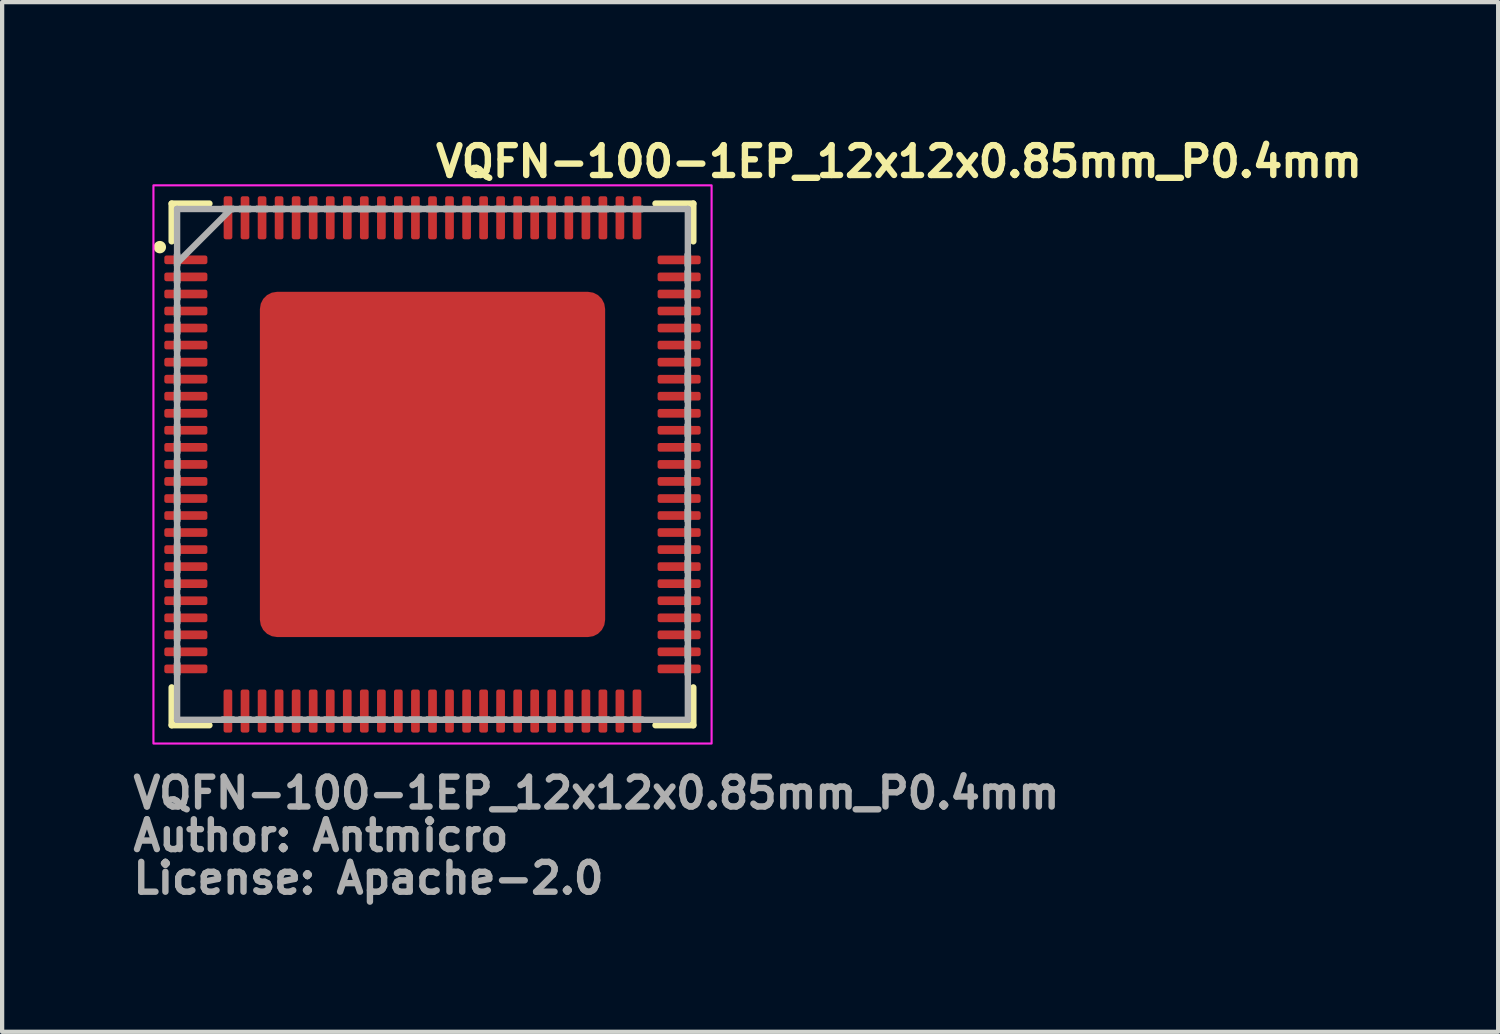
<source format=kicad_pcb>
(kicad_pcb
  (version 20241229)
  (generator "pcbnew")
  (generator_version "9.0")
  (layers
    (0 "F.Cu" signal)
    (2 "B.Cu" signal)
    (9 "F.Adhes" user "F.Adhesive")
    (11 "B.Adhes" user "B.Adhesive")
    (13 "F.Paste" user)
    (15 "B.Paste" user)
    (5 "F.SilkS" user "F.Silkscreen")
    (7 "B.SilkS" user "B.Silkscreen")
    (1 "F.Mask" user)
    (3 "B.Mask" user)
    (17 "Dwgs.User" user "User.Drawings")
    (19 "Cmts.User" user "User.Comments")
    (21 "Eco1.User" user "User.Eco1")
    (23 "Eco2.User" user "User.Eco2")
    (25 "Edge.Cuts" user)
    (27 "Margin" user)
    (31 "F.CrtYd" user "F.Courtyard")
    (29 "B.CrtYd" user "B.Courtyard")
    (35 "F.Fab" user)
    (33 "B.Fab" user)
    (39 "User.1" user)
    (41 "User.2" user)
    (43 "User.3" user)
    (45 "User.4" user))
  (footprint "VQFN-100-1EP_12x12x0.85mm_P0.4mm"
    (layer "F.Cu")
    (at 7.101 7.85)
    (property "Reference" "VQFN-100-1EP_12x12x0.85mm_P0.4mm" (at 0 -6.7 0) (layer "F.SilkS") (effects (font (size 0.7 0.7) (thickness 0.15)) (justify left bottom)))
    (attr smd)
    (fp_line (start -6.122 -6.122) (end -6.122 -5.236) (stroke (width 0.15) (type solid)) (layer "F.SilkS"))
    (fp_line (start -6.122 5.233) (end -6.122 6.121) (stroke (width 0.15) (type solid)) (layer "F.SilkS"))
    (fp_line (start -6.122 6.121) (end -5.236 6.121) (stroke (width 0.15) (type solid)) (layer "F.SilkS"))
    (fp_line (start -5.236 -6.122) (end -6.122 -6.122) (stroke (width 0.15) (type solid)) (layer "F.SilkS"))
    (fp_line (start 5.233 6.121) (end 6.121 6.121) (stroke (width 0.15) (type solid)) (layer "F.SilkS"))
    (fp_line (start 6.121 -6.122) (end 5.233 -6.122) (stroke (width 0.15) (type solid)) (layer "F.SilkS"))
    (fp_line (start 6.121 -5.236) (end 6.121 -6.122) (stroke (width 0.15) (type solid)) (layer "F.SilkS"))
    (fp_line (start 6.121 6.121) (end 6.121 5.233) (stroke (width 0.15) (type solid)) (layer "F.SilkS"))
    (fp_circle (center -6.4 -5.1) (end -6.35 -5.05) (stroke (width 0.15) (type solid)) (fill yes) (layer "F.SilkS"))
    (fp_rect (start -3.4 -3.4) (end -1.6 -1.6) (stroke (width 0.12) (type solid)) (fill yes) (layer "F.Paste"))
    (fp_rect (start -3.4 1.6) (end -1.6 3.4) (stroke (width 0.12) (type solid)) (fill yes) (layer "F.Paste"))
    (fp_rect (start -0.9 -0.9) (end 0.9 0.9) (stroke (width 0.12) (type solid)) (fill yes) (layer "F.Paste"))
    (fp_rect (start 1.6 -3.351) (end 3.4 -1.551) (stroke (width 0.12) (type solid)) (fill yes) (layer "F.Paste"))
    (fp_rect (start 1.6 1.6) (end 3.4 3.4) (stroke (width 0.12) (type solid)) (fill yes) (layer "F.Paste"))
    (fp_rect (start -6.55 -6.55) (end 6.55 6.55) (stroke (width 0.05) (type solid)) (fill no) (layer "F.CrtYd"))
    (fp_line (start -5.995 -5.995) (end -5.995 -5.995) (stroke (width 0.15) (type solid)) (layer "F.Fab"))
    (fp_line (start -5.995 -5.995) (end -5.995 5.993) (stroke (width 0.15) (type solid)) (layer "F.Fab"))
    (fp_line (start -5.995 -4.928) (end -5.995 -4.928) (stroke (width 0.15) (type solid)) (layer "F.Fab"))
    (fp_line (start -5.995 -4.928) (end -5.995 -4.673) (stroke (width 0.15) (type solid)) (layer "F.Fab"))
    (fp_line (start -5.995 -4.726) (end -4.726 -5.995) (stroke (width 0.15) (type solid)) (layer "F.Fab"))
    (fp_line (start -5.995 -4.673) (end -5.995 -4.928) (stroke (width 0.15) (type solid)) (layer "F.Fab"))
    (fp_line (start -5.995 -4.673) (end -5.995 -4.673) (stroke (width 0.15) (type solid)) (layer "F.Fab"))
    (fp_line (start -5.995 -4.529) (end -5.995 -4.529) (stroke (width 0.15) (type solid)) (layer "F.Fab"))
    (fp_line (start -5.995 -4.529) (end -5.995 -4.273) (stroke (width 0.15) (type solid)) (layer "F.Fab"))
    (fp_line (start -5.995 -4.273) (end -5.995 -4.529) (stroke (width 0.15) (type solid)) (layer "F.Fab"))
    (fp_line (start -5.995 -4.273) (end -5.995 -4.273) (stroke (width 0.15) (type solid)) (layer "F.Fab"))
    (fp_line (start -5.995 -4.127) (end -5.995 -4.127) (stroke (width 0.15) (type solid)) (layer "F.Fab"))
    (fp_line (start -5.995 -4.127) (end -5.995 -3.875) (stroke (width 0.15) (type solid)) (layer "F.Fab"))
    (fp_line (start -5.995 -3.875) (end -5.995 -4.127) (stroke (width 0.15) (type solid)) (layer "F.Fab"))
    (fp_line (start -5.995 -3.875) (end -5.995 -3.875) (stroke (width 0.15) (type solid)) (layer "F.Fab"))
    (fp_line (start -5.995 -3.727) (end -5.995 -3.727) (stroke (width 0.15) (type solid)) (layer "F.Fab"))
    (fp_line (start -5.995 -3.727) (end -5.995 -3.473) (stroke (width 0.15) (type solid)) (layer "F.Fab"))
    (fp_line (start -5.995 -3.473) (end -5.995 -3.727) (stroke (width 0.15) (type solid)) (layer "F.Fab"))
    (fp_line (start -5.995 -3.473) (end -5.995 -3.473) (stroke (width 0.15) (type solid)) (layer "F.Fab"))
    (fp_line (start -5.995 -3.327) (end -5.995 -3.327) (stroke (width 0.15) (type solid)) (layer "F.Fab"))
    (fp_line (start -5.995 -3.327) (end -5.995 -3.073) (stroke (width 0.15) (type solid)) (layer "F.Fab"))
    (fp_line (start -5.995 -3.073) (end -5.995 -3.327) (stroke (width 0.15) (type solid)) (layer "F.Fab"))
    (fp_line (start -5.995 -3.073) (end -5.995 -3.073) (stroke (width 0.15) (type solid)) (layer "F.Fab"))
    (fp_line (start -5.995 -2.927) (end -5.995 -2.927) (stroke (width 0.15) (type solid)) (layer "F.Fab"))
    (fp_line (start -5.995 -2.927) (end -5.995 -2.673) (stroke (width 0.15) (type solid)) (layer "F.Fab"))
    (fp_line (start -5.995 -2.673) (end -5.995 -2.927) (stroke (width 0.15) (type solid)) (layer "F.Fab"))
    (fp_line (start -5.995 -2.673) (end -5.995 -2.673) (stroke (width 0.15) (type solid)) (layer "F.Fab"))
    (fp_line (start -5.995 -2.528) (end -5.995 -2.528) (stroke (width 0.15) (type solid)) (layer "F.Fab"))
    (fp_line (start -5.995 -2.528) (end -5.995 -2.274) (stroke (width 0.15) (type solid)) (layer "F.Fab"))
    (fp_line (start -5.995 -2.274) (end -5.995 -2.528) (stroke (width 0.15) (type solid)) (layer "F.Fab"))
    (fp_line (start -5.995 -2.274) (end -5.995 -2.274) (stroke (width 0.15) (type solid)) (layer "F.Fab"))
    (fp_line (start -5.995 -2.128) (end -5.995 -2.128) (stroke (width 0.15) (type solid)) (layer "F.Fab"))
    (fp_line (start -5.995 -2.128) (end -5.995 -1.873) (stroke (width 0.15) (type solid)) (layer "F.Fab"))
    (fp_line (start -5.995 -1.873) (end -5.995 -2.128) (stroke (width 0.15) (type solid)) (layer "F.Fab"))
    (fp_line (start -5.995 -1.873) (end -5.995 -1.873) (stroke (width 0.15) (type solid)) (layer "F.Fab"))
    (fp_line (start -5.995 -1.728) (end -5.995 -1.728) (stroke (width 0.15) (type solid)) (layer "F.Fab"))
    (fp_line (start -5.995 -1.728) (end -5.995 -1.474) (stroke (width 0.15) (type solid)) (layer "F.Fab"))
    (fp_line (start -5.995 -1.474) (end -5.995 -1.728) (stroke (width 0.15) (type solid)) (layer "F.Fab"))
    (fp_line (start -5.995 -1.474) (end -5.995 -1.474) (stroke (width 0.15) (type solid)) (layer "F.Fab"))
    (fp_line (start -5.995 -1.327) (end -5.995 -1.327) (stroke (width 0.15) (type solid)) (layer "F.Fab"))
    (fp_line (start -5.995 -1.327) (end -5.995 -1.073) (stroke (width 0.15) (type solid)) (layer "F.Fab"))
    (fp_line (start -5.995 -1.073) (end -5.995 -1.327) (stroke (width 0.15) (type solid)) (layer "F.Fab"))
    (fp_line (start -5.995 -1.073) (end -5.995 -1.073) (stroke (width 0.15) (type solid)) (layer "F.Fab"))
    (fp_line (start -5.995 -0.929) (end -5.995 -0.929) (stroke (width 0.15) (type solid)) (layer "F.Fab"))
    (fp_line (start -5.995 -0.929) (end -5.995 -0.675) (stroke (width 0.15) (type solid)) (layer "F.Fab"))
    (fp_line (start -5.995 -0.675) (end -5.995 -0.929) (stroke (width 0.15) (type solid)) (layer "F.Fab"))
    (fp_line (start -5.995 -0.675) (end -5.995 -0.675) (stroke (width 0.15) (type solid)) (layer "F.Fab"))
    (fp_line (start -5.995 -0.529) (end -5.995 -0.529) (stroke (width 0.15) (type solid)) (layer "F.Fab"))
    (fp_line (start -5.995 -0.529) (end -5.995 -0.275) (stroke (width 0.15) (type solid)) (layer "F.Fab"))
    (fp_line (start -5.995 -0.275) (end -5.995 -0.529) (stroke (width 0.15) (type solid)) (layer "F.Fab"))
    (fp_line (start -5.995 -0.275) (end -5.995 -0.275) (stroke (width 0.15) (type solid)) (layer "F.Fab"))
    (fp_line (start -5.995 -0.127) (end -5.995 -0.127) (stroke (width 0.15) (type solid)) (layer "F.Fab"))
    (fp_line (start -5.995 -0.127) (end -5.995 0.125) (stroke (width 0.15) (type solid)) (layer "F.Fab"))
    (fp_line (start -5.995 0.125) (end -5.995 -0.127) (stroke (width 0.15) (type solid)) (layer "F.Fab"))
    (fp_line (start -5.995 0.125) (end -5.995 0.125) (stroke (width 0.15) (type solid)) (layer "F.Fab"))
    (fp_line (start -5.995 0.273) (end -5.995 0.273) (stroke (width 0.15) (type solid)) (layer "F.Fab"))
    (fp_line (start -5.995 0.273) (end -5.995 0.527) (stroke (width 0.15) (type solid)) (layer "F.Fab"))
    (fp_line (start -5.995 0.527) (end -5.995 0.273) (stroke (width 0.15) (type solid)) (layer "F.Fab"))
    (fp_line (start -5.995 0.527) (end -5.995 0.527) (stroke (width 0.15) (type solid)) (layer "F.Fab"))
    (fp_line (start -5.995 0.673) (end -5.995 0.673) (stroke (width 0.15) (type solid)) (layer "F.Fab"))
    (fp_line (start -5.995 0.673) (end -5.995 0.927) (stroke (width 0.15) (type solid)) (layer "F.Fab"))
    (fp_line (start -5.995 0.927) (end -5.995 0.673) (stroke (width 0.15) (type solid)) (layer "F.Fab"))
    (fp_line (start -5.995 0.927) (end -5.995 0.927) (stroke (width 0.15) (type solid)) (layer "F.Fab"))
    (fp_line (start -5.995 1.072) (end -5.995 1.072) (stroke (width 0.15) (type solid)) (layer "F.Fab"))
    (fp_line (start -5.995 1.072) (end -5.995 1.326) (stroke (width 0.15) (type solid)) (layer "F.Fab"))
    (fp_line (start -5.995 1.326) (end -5.995 1.072) (stroke (width 0.15) (type solid)) (layer "F.Fab"))
    (fp_line (start -5.995 1.326) (end -5.995 1.326) (stroke (width 0.15) (type solid)) (layer "F.Fab"))
    (fp_line (start -5.995 1.473) (end -5.995 1.473) (stroke (width 0.15) (type solid)) (layer "F.Fab"))
    (fp_line (start -5.995 1.473) (end -5.995 1.727) (stroke (width 0.15) (type solid)) (layer "F.Fab"))
    (fp_line (start -5.995 1.727) (end -5.995 1.473) (stroke (width 0.15) (type solid)) (layer "F.Fab"))
    (fp_line (start -5.995 1.727) (end -5.995 1.727) (stroke (width 0.15) (type solid)) (layer "F.Fab"))
    (fp_line (start -5.995 1.872) (end -5.995 1.872) (stroke (width 0.15) (type solid)) (layer "F.Fab"))
    (fp_line (start -5.995 1.872) (end -5.995 2.125) (stroke (width 0.15) (type solid)) (layer "F.Fab"))
    (fp_line (start -5.995 2.125) (end -5.995 1.872) (stroke (width 0.15) (type solid)) (layer "F.Fab"))
    (fp_line (start -5.995 2.125) (end -5.995 2.125) (stroke (width 0.15) (type solid)) (layer "F.Fab"))
    (fp_line (start -5.995 2.273) (end -5.995 2.273) (stroke (width 0.15) (type solid)) (layer "F.Fab"))
    (fp_line (start -5.995 2.273) (end -5.995 2.527) (stroke (width 0.15) (type solid)) (layer "F.Fab"))
    (fp_line (start -5.995 2.527) (end -5.995 2.273) (stroke (width 0.15) (type solid)) (layer "F.Fab"))
    (fp_line (start -5.995 2.527) (end -5.995 2.527) (stroke (width 0.15) (type solid)) (layer "F.Fab"))
    (fp_line (start -5.995 2.672) (end -5.995 2.672) (stroke (width 0.15) (type solid)) (layer "F.Fab"))
    (fp_line (start -5.995 2.672) (end -5.995 2.926) (stroke (width 0.15) (type solid)) (layer "F.Fab"))
    (fp_line (start -5.995 2.926) (end -5.995 2.672) (stroke (width 0.15) (type solid)) (layer "F.Fab"))
    (fp_line (start -5.995 2.926) (end -5.995 2.926) (stroke (width 0.15) (type solid)) (layer "F.Fab"))
    (fp_line (start -5.995 3.072) (end -5.995 3.072) (stroke (width 0.15) (type solid)) (layer "F.Fab"))
    (fp_line (start -5.995 3.072) (end -5.995 3.325) (stroke (width 0.15) (type solid)) (layer "F.Fab"))
    (fp_line (start -5.995 3.325) (end -5.995 3.072) (stroke (width 0.15) (type solid)) (layer "F.Fab"))
    (fp_line (start -5.995 3.325) (end -5.995 3.325) (stroke (width 0.15) (type solid)) (layer "F.Fab"))
    (fp_line (start -5.995 3.471) (end -5.995 3.471) (stroke (width 0.15) (type solid)) (layer "F.Fab"))
    (fp_line (start -5.995 3.471) (end -5.995 3.725) (stroke (width 0.15) (type solid)) (layer "F.Fab"))
    (fp_line (start -5.995 3.725) (end -5.995 3.471) (stroke (width 0.15) (type solid)) (layer "F.Fab"))
    (fp_line (start -5.995 3.725) (end -5.995 3.725) (stroke (width 0.15) (type solid)) (layer "F.Fab"))
    (fp_line (start -5.995 3.871) (end -5.995 3.871) (stroke (width 0.15) (type solid)) (layer "F.Fab"))
    (fp_line (start -5.995 3.871) (end -5.995 4.126) (stroke (width 0.15) (type solid)) (layer "F.Fab"))
    (fp_line (start -5.995 4.126) (end -5.995 3.871) (stroke (width 0.15) (type solid)) (layer "F.Fab"))
    (fp_line (start -5.995 4.126) (end -5.995 4.126) (stroke (width 0.15) (type solid)) (layer "F.Fab"))
    (fp_line (start -5.995 4.272) (end -5.995 4.272) (stroke (width 0.15) (type solid)) (layer "F.Fab"))
    (fp_line (start -5.995 4.272) (end -5.995 4.525) (stroke (width 0.15) (type solid)) (layer "F.Fab"))
    (fp_line (start -5.995 4.525) (end -5.995 4.272) (stroke (width 0.15) (type solid)) (layer "F.Fab"))
    (fp_line (start -5.995 4.525) (end -5.995 4.525) (stroke (width 0.15) (type solid)) (layer "F.Fab"))
    (fp_line (start -5.995 4.671) (end -5.995 4.671) (stroke (width 0.15) (type solid)) (layer "F.Fab"))
    (fp_line (start -5.995 4.671) (end -5.995 4.926) (stroke (width 0.15) (type solid)) (layer "F.Fab"))
    (fp_line (start -5.995 4.926) (end -5.995 4.671) (stroke (width 0.15) (type solid)) (layer "F.Fab"))
    (fp_line (start -5.995 4.926) (end -5.995 4.926) (stroke (width 0.15) (type solid)) (layer "F.Fab"))
    (fp_line (start -5.995 5.993) (end -5.995 5.993) (stroke (width 0.15) (type solid)) (layer "F.Fab"))
    (fp_line (start -5.995 5.993) (end 5.993 5.993) (stroke (width 0.15) (type solid)) (layer "F.Fab"))
    (fp_line (start -4.928 -5.995) (end -4.928 -5.995) (stroke (width 0.15) (type solid)) (layer "F.Fab"))
    (fp_line (start -4.928 -5.995) (end -4.673 -5.995) (stroke (width 0.15) (type solid)) (layer "F.Fab"))
    (fp_line (start -4.928 5.993) (end -4.928 5.993) (stroke (width 0.15) (type solid)) (layer "F.Fab"))
    (fp_line (start -4.928 5.993) (end -4.673 5.993) (stroke (width 0.15) (type solid)) (layer "F.Fab"))
    (fp_line (start -4.673 -5.995) (end -4.928 -5.995) (stroke (width 0.15) (type solid)) (layer "F.Fab"))
    (fp_line (start -4.673 -5.995) (end -4.673 -5.995) (stroke (width 0.15) (type solid)) (layer "F.Fab"))
    (fp_line (start -4.673 5.993) (end -4.928 5.993) (stroke (width 0.15) (type solid)) (layer "F.Fab"))
    (fp_line (start -4.673 5.993) (end -4.673 5.993) (stroke (width 0.15) (type solid)) (layer "F.Fab"))
    (fp_line (start -4.529 5.993) (end -4.529 5.993) (stroke (width 0.15) (type solid)) (layer "F.Fab"))
    (fp_line (start -4.529 5.993) (end -4.273 5.993) (stroke (width 0.15) (type solid)) (layer "F.Fab"))
    (fp_line (start -4.528 -5.995) (end -4.528 -5.995) (stroke (width 0.15) (type solid)) (layer "F.Fab"))
    (fp_line (start -4.528 -5.995) (end -4.273 -5.995) (stroke (width 0.15) (type solid)) (layer "F.Fab"))
    (fp_line (start -4.273 -5.995) (end -4.528 -5.995) (stroke (width 0.15) (type solid)) (layer "F.Fab"))
    (fp_line (start -4.273 -5.995) (end -4.273 -5.995) (stroke (width 0.15) (type solid)) (layer "F.Fab"))
    (fp_line (start -4.273 5.993) (end -4.529 5.993) (stroke (width 0.15) (type solid)) (layer "F.Fab"))
    (fp_line (start -4.273 5.993) (end -4.273 5.993) (stroke (width 0.15) (type solid)) (layer "F.Fab"))
    (fp_line (start -4.127 -5.995) (end -4.127 -5.995) (stroke (width 0.15) (type solid)) (layer "F.Fab"))
    (fp_line (start -4.127 -5.995) (end -3.874 -5.995) (stroke (width 0.15) (type solid)) (layer "F.Fab"))
    (fp_line (start -4.127 5.993) (end -4.127 5.993) (stroke (width 0.15) (type solid)) (layer "F.Fab"))
    (fp_line (start -4.127 5.993) (end -3.875 5.993) (stroke (width 0.15) (type solid)) (layer "F.Fab"))
    (fp_line (start -3.875 5.993) (end -4.127 5.993) (stroke (width 0.15) (type solid)) (layer "F.Fab"))
    (fp_line (start -3.875 5.993) (end -3.875 5.993) (stroke (width 0.15) (type solid)) (layer "F.Fab"))
    (fp_line (start -3.874 -5.995) (end -4.127 -5.995) (stroke (width 0.15) (type solid)) (layer "F.Fab"))
    (fp_line (start -3.874 -5.995) (end -3.874 -5.995) (stroke (width 0.15) (type solid)) (layer "F.Fab"))
    (fp_line (start -3.727 -5.995) (end -3.727 -5.995) (stroke (width 0.15) (type solid)) (layer "F.Fab"))
    (fp_line (start -3.727 -5.995) (end -3.473 -5.995) (stroke (width 0.15) (type solid)) (layer "F.Fab"))
    (fp_line (start -3.727 5.993) (end -3.727 5.993) (stroke (width 0.15) (type solid)) (layer "F.Fab"))
    (fp_line (start -3.727 5.993) (end -3.473 5.993) (stroke (width 0.15) (type solid)) (layer "F.Fab"))
    (fp_line (start -3.473 -5.995) (end -3.727 -5.995) (stroke (width 0.15) (type solid)) (layer "F.Fab"))
    (fp_line (start -3.473 -5.995) (end -3.473 -5.995) (stroke (width 0.15) (type solid)) (layer "F.Fab"))
    (fp_line (start -3.473 5.993) (end -3.727 5.993) (stroke (width 0.15) (type solid)) (layer "F.Fab"))
    (fp_line (start -3.473 5.993) (end -3.473 5.993) (stroke (width 0.15) (type solid)) (layer "F.Fab"))
    (fp_line (start -3.327 -5.995) (end -3.327 -5.995) (stroke (width 0.15) (type solid)) (layer "F.Fab"))
    (fp_line (start -3.327 -5.995) (end -3.073 -5.995) (stroke (width 0.15) (type solid)) (layer "F.Fab"))
    (fp_line (start -3.327 5.993) (end -3.327 5.993) (stroke (width 0.15) (type solid)) (layer "F.Fab"))
    (fp_line (start -3.327 5.993) (end -3.073 5.993) (stroke (width 0.15) (type solid)) (layer "F.Fab"))
    (fp_line (start -3.073 -5.995) (end -3.327 -5.995) (stroke (width 0.15) (type solid)) (layer "F.Fab"))
    (fp_line (start -3.073 -5.995) (end -3.073 -5.995) (stroke (width 0.15) (type solid)) (layer "F.Fab"))
    (fp_line (start -3.073 5.993) (end -3.327 5.993) (stroke (width 0.15) (type solid)) (layer "F.Fab"))
    (fp_line (start -3.073 5.993) (end -3.073 5.993) (stroke (width 0.15) (type solid)) (layer "F.Fab"))
    (fp_line (start -2.927 -5.995) (end -2.927 -5.995) (stroke (width 0.15) (type solid)) (layer "F.Fab"))
    (fp_line (start -2.927 -5.995) (end -2.673 -5.995) (stroke (width 0.15) (type solid)) (layer "F.Fab"))
    (fp_line (start -2.927 5.993) (end -2.927 5.993) (stroke (width 0.15) (type solid)) (layer "F.Fab"))
    (fp_line (start -2.927 5.993) (end -2.673 5.993) (stroke (width 0.15) (type solid)) (layer "F.Fab"))
    (fp_line (start -2.673 -5.995) (end -2.927 -5.995) (stroke (width 0.15) (type solid)) (layer "F.Fab"))
    (fp_line (start -2.673 -5.995) (end -2.673 -5.995) (stroke (width 0.15) (type solid)) (layer "F.Fab"))
    (fp_line (start -2.673 5.993) (end -2.927 5.993) (stroke (width 0.15) (type solid)) (layer "F.Fab"))
    (fp_line (start -2.673 5.993) (end -2.673 5.993) (stroke (width 0.15) (type solid)) (layer "F.Fab"))
    (fp_line (start -2.528 -5.995) (end -2.528 -5.995) (stroke (width 0.15) (type solid)) (layer "F.Fab"))
    (fp_line (start -2.528 -5.995) (end -2.274 -5.995) (stroke (width 0.15) (type solid)) (layer "F.Fab"))
    (fp_line (start -2.528 5.993) (end -2.528 5.993) (stroke (width 0.15) (type solid)) (layer "F.Fab"))
    (fp_line (start -2.528 5.993) (end -2.274 5.993) (stroke (width 0.15) (type solid)) (layer "F.Fab"))
    (fp_line (start -2.274 -5.995) (end -2.528 -5.995) (stroke (width 0.15) (type solid)) (layer "F.Fab"))
    (fp_line (start -2.274 -5.995) (end -2.274 -5.995) (stroke (width 0.15) (type solid)) (layer "F.Fab"))
    (fp_line (start -2.274 5.993) (end -2.528 5.993) (stroke (width 0.15) (type solid)) (layer "F.Fab"))
    (fp_line (start -2.274 5.993) (end -2.274 5.993) (stroke (width 0.15) (type solid)) (layer "F.Fab"))
    (fp_line (start -2.128 -5.995) (end -2.128 -5.995) (stroke (width 0.15) (type solid)) (layer "F.Fab"))
    (fp_line (start -2.128 -5.995) (end -1.873 -5.995) (stroke (width 0.15) (type solid)) (layer "F.Fab"))
    (fp_line (start -2.128 5.993) (end -2.128 5.993) (stroke (width 0.15) (type solid)) (layer "F.Fab"))
    (fp_line (start -2.128 5.993) (end -1.873 5.993) (stroke (width 0.15) (type solid)) (layer "F.Fab"))
    (fp_line (start -1.873 -5.995) (end -2.128 -5.995) (stroke (width 0.15) (type solid)) (layer "F.Fab"))
    (fp_line (start -1.873 -5.995) (end -1.873 -5.995) (stroke (width 0.15) (type solid)) (layer "F.Fab"))
    (fp_line (start -1.873 5.993) (end -2.128 5.993) (stroke (width 0.15) (type solid)) (layer "F.Fab"))
    (fp_line (start -1.873 5.993) (end -1.873 5.993) (stroke (width 0.15) (type solid)) (layer "F.Fab"))
    (fp_line (start -1.728 -5.995) (end -1.728 -5.995) (stroke (width 0.15) (type solid)) (layer "F.Fab"))
    (fp_line (start -1.728 -5.995) (end -1.474 -5.995) (stroke (width 0.15) (type solid)) (layer "F.Fab"))
    (fp_line (start -1.728 5.993) (end -1.728 5.993) (stroke (width 0.15) (type solid)) (layer "F.Fab"))
    (fp_line (start -1.728 5.993) (end -1.474 5.993) (stroke (width 0.15) (type solid)) (layer "F.Fab"))
    (fp_line (start -1.474 -5.995) (end -1.728 -5.995) (stroke (width 0.15) (type solid)) (layer "F.Fab"))
    (fp_line (start -1.474 -5.995) (end -1.474 -5.995) (stroke (width 0.15) (type solid)) (layer "F.Fab"))
    (fp_line (start -1.474 5.993) (end -1.728 5.993) (stroke (width 0.15) (type solid)) (layer "F.Fab"))
    (fp_line (start -1.474 5.993) (end -1.474 5.993) (stroke (width 0.15) (type solid)) (layer "F.Fab"))
    (fp_line (start -1.327 -5.995) (end -1.327 -5.995) (stroke (width 0.15) (type solid)) (layer "F.Fab"))
    (fp_line (start -1.327 -5.995) (end -1.073 -5.995) (stroke (width 0.15) (type solid)) (layer "F.Fab"))
    (fp_line (start -1.327 5.993) (end -1.327 5.993) (stroke (width 0.15) (type solid)) (layer "F.Fab"))
    (fp_line (start -1.327 5.993) (end -1.073 5.993) (stroke (width 0.15) (type solid)) (layer "F.Fab"))
    (fp_line (start -1.073 -5.995) (end -1.327 -5.995) (stroke (width 0.15) (type solid)) (layer "F.Fab"))
    (fp_line (start -1.073 -5.995) (end -1.073 -5.995) (stroke (width 0.15) (type solid)) (layer "F.Fab"))
    (fp_line (start -1.073 5.993) (end -1.327 5.993) (stroke (width 0.15) (type solid)) (layer "F.Fab"))
    (fp_line (start -1.073 5.993) (end -1.073 5.993) (stroke (width 0.15) (type solid)) (layer "F.Fab"))
    (fp_line (start -0.929 -5.995) (end -0.929 -5.995) (stroke (width 0.15) (type solid)) (layer "F.Fab"))
    (fp_line (start -0.929 -5.995) (end -0.675 -5.995) (stroke (width 0.15) (type solid)) (layer "F.Fab"))
    (fp_line (start -0.929 5.993) (end -0.929 5.993) (stroke (width 0.15) (type solid)) (layer "F.Fab"))
    (fp_line (start -0.929 5.993) (end -0.675 5.993) (stroke (width 0.15) (type solid)) (layer "F.Fab"))
    (fp_line (start -0.675 -5.995) (end -0.929 -5.995) (stroke (width 0.15) (type solid)) (layer "F.Fab"))
    (fp_line (start -0.675 -5.995) (end -0.675 -5.995) (stroke (width 0.15) (type solid)) (layer "F.Fab"))
    (fp_line (start -0.675 5.993) (end -0.929 5.993) (stroke (width 0.15) (type solid)) (layer "F.Fab"))
    (fp_line (start -0.675 5.993) (end -0.675 5.993) (stroke (width 0.15) (type solid)) (layer "F.Fab"))
    (fp_line (start -0.529 -5.995) (end -0.529 -5.995) (stroke (width 0.15) (type solid)) (layer "F.Fab"))
    (fp_line (start -0.529 -5.995) (end -0.275 -5.995) (stroke (width 0.15) (type solid)) (layer "F.Fab"))
    (fp_line (start -0.529 5.993) (end -0.529 5.993) (stroke (width 0.15) (type solid)) (layer "F.Fab"))
    (fp_line (start -0.529 5.993) (end -0.275 5.993) (stroke (width 0.15) (type solid)) (layer "F.Fab"))
    (fp_line (start -0.275 -5.995) (end -0.529 -5.995) (stroke (width 0.15) (type solid)) (layer "F.Fab"))
    (fp_line (start -0.275 -5.995) (end -0.275 -5.995) (stroke (width 0.15) (type solid)) (layer "F.Fab"))
    (fp_line (start -0.275 5.993) (end -0.529 5.993) (stroke (width 0.15) (type solid)) (layer "F.Fab"))
    (fp_line (start -0.275 5.993) (end -0.275 5.993) (stroke (width 0.15) (type solid)) (layer "F.Fab"))
    (fp_line (start -0.127 -5.995) (end -0.127 -5.995) (stroke (width 0.15) (type solid)) (layer "F.Fab"))
    (fp_line (start -0.127 -5.995) (end 0.125 -5.995) (stroke (width 0.15) (type solid)) (layer "F.Fab"))
    (fp_line (start -0.127 5.993) (end -0.127 5.993) (stroke (width 0.15) (type solid)) (layer "F.Fab"))
    (fp_line (start -0.127 5.993) (end 0.125 5.993) (stroke (width 0.15) (type solid)) (layer "F.Fab"))
    (fp_line (start 0.125 -5.995) (end -0.127 -5.995) (stroke (width 0.15) (type solid)) (layer "F.Fab"))
    (fp_line (start 0.125 -5.995) (end 0.125 -5.995) (stroke (width 0.15) (type solid)) (layer "F.Fab"))
    (fp_line (start 0.125 5.993) (end -0.127 5.993) (stroke (width 0.15) (type solid)) (layer "F.Fab"))
    (fp_line (start 0.125 5.993) (end 0.125 5.993) (stroke (width 0.15) (type solid)) (layer "F.Fab"))
    (fp_line (start 0.273 -5.995) (end 0.273 -5.995) (stroke (width 0.15) (type solid)) (layer "F.Fab"))
    (fp_line (start 0.273 -5.995) (end 0.527 -5.995) (stroke (width 0.15) (type solid)) (layer "F.Fab"))
    (fp_line (start 0.273 5.993) (end 0.273 5.993) (stroke (width 0.15) (type solid)) (layer "F.Fab"))
    (fp_line (start 0.273 5.993) (end 0.527 5.993) (stroke (width 0.15) (type solid)) (layer "F.Fab"))
    (fp_line (start 0.527 -5.995) (end 0.273 -5.995) (stroke (width 0.15) (type solid)) (layer "F.Fab"))
    (fp_line (start 0.527 -5.995) (end 0.527 -5.995) (stroke (width 0.15) (type solid)) (layer "F.Fab"))
    (fp_line (start 0.527 5.993) (end 0.273 5.993) (stroke (width 0.15) (type solid)) (layer "F.Fab"))
    (fp_line (start 0.527 5.993) (end 0.527 5.993) (stroke (width 0.15) (type solid)) (layer "F.Fab"))
    (fp_line (start 0.673 -5.995) (end 0.673 -5.995) (stroke (width 0.15) (type solid)) (layer "F.Fab"))
    (fp_line (start 0.673 -5.995) (end 0.927 -5.995) (stroke (width 0.15) (type solid)) (layer "F.Fab"))
    (fp_line (start 0.673 5.993) (end 0.673 5.993) (stroke (width 0.15) (type solid)) (layer "F.Fab"))
    (fp_line (start 0.673 5.993) (end 0.927 5.993) (stroke (width 0.15) (type solid)) (layer "F.Fab"))
    (fp_line (start 0.927 -5.995) (end 0.673 -5.995) (stroke (width 0.15) (type solid)) (layer "F.Fab"))
    (fp_line (start 0.927 -5.995) (end 0.927 -5.995) (stroke (width 0.15) (type solid)) (layer "F.Fab"))
    (fp_line (start 0.927 5.993) (end 0.673 5.993) (stroke (width 0.15) (type solid)) (layer "F.Fab"))
    (fp_line (start 0.927 5.993) (end 0.927 5.993) (stroke (width 0.15) (type solid)) (layer "F.Fab"))
    (fp_line (start 1.072 -5.995) (end 1.072 -5.995) (stroke (width 0.15) (type solid)) (layer "F.Fab"))
    (fp_line (start 1.072 -5.995) (end 1.326 -5.995) (stroke (width 0.15) (type solid)) (layer "F.Fab"))
    (fp_line (start 1.072 5.993) (end 1.072 5.993) (stroke (width 0.15) (type solid)) (layer "F.Fab"))
    (fp_line (start 1.072 5.993) (end 1.326 5.993) (stroke (width 0.15) (type solid)) (layer "F.Fab"))
    (fp_line (start 1.326 -5.995) (end 1.072 -5.995) (stroke (width 0.15) (type solid)) (layer "F.Fab"))
    (fp_line (start 1.326 -5.995) (end 1.326 -5.995) (stroke (width 0.15) (type solid)) (layer "F.Fab"))
    (fp_line (start 1.326 5.993) (end 1.072 5.993) (stroke (width 0.15) (type solid)) (layer "F.Fab"))
    (fp_line (start 1.326 5.993) (end 1.326 5.993) (stroke (width 0.15) (type solid)) (layer "F.Fab"))
    (fp_line (start 1.473 -5.995) (end 1.473 -5.995) (stroke (width 0.15) (type solid)) (layer "F.Fab"))
    (fp_line (start 1.473 -5.995) (end 1.727 -5.995) (stroke (width 0.15) (type solid)) (layer "F.Fab"))
    (fp_line (start 1.473 5.993) (end 1.473 5.993) (stroke (width 0.15) (type solid)) (layer "F.Fab"))
    (fp_line (start 1.473 5.993) (end 1.727 5.993) (stroke (width 0.15) (type solid)) (layer "F.Fab"))
    (fp_line (start 1.727 -5.995) (end 1.473 -5.995) (stroke (width 0.15) (type solid)) (layer "F.Fab"))
    (fp_line (start 1.727 -5.995) (end 1.727 -5.995) (stroke (width 0.15) (type solid)) (layer "F.Fab"))
    (fp_line (start 1.727 5.993) (end 1.473 5.993) (stroke (width 0.15) (type solid)) (layer "F.Fab"))
    (fp_line (start 1.727 5.993) (end 1.727 5.993) (stroke (width 0.15) (type solid)) (layer "F.Fab"))
    (fp_line (start 1.872 -5.995) (end 1.872 -5.995) (stroke (width 0.15) (type solid)) (layer "F.Fab"))
    (fp_line (start 1.872 -5.995) (end 2.125 -5.995) (stroke (width 0.15) (type solid)) (layer "F.Fab"))
    (fp_line (start 1.872 5.993) (end 1.872 5.993) (stroke (width 0.15) (type solid)) (layer "F.Fab"))
    (fp_line (start 1.872 5.993) (end 2.125 5.993) (stroke (width 0.15) (type solid)) (layer "F.Fab"))
    (fp_line (start 2.125 -5.995) (end 1.872 -5.995) (stroke (width 0.15) (type solid)) (layer "F.Fab"))
    (fp_line (start 2.125 -5.995) (end 2.125 -5.995) (stroke (width 0.15) (type solid)) (layer "F.Fab"))
    (fp_line (start 2.125 5.993) (end 1.872 5.993) (stroke (width 0.15) (type solid)) (layer "F.Fab"))
    (fp_line (start 2.125 5.993) (end 2.125 5.993) (stroke (width 0.15) (type solid)) (layer "F.Fab"))
    (fp_line (start 2.273 -5.995) (end 2.273 -5.995) (stroke (width 0.15) (type solid)) (layer "F.Fab"))
    (fp_line (start 2.273 -5.995) (end 2.527 -5.995) (stroke (width 0.15) (type solid)) (layer "F.Fab"))
    (fp_line (start 2.273 5.993) (end 2.273 5.993) (stroke (width 0.15) (type solid)) (layer "F.Fab"))
    (fp_line (start 2.273 5.993) (end 2.527 5.993) (stroke (width 0.15) (type solid)) (layer "F.Fab"))
    (fp_line (start 2.527 -5.995) (end 2.273 -5.995) (stroke (width 0.15) (type solid)) (layer "F.Fab"))
    (fp_line (start 2.527 -5.995) (end 2.527 -5.995) (stroke (width 0.15) (type solid)) (layer "F.Fab"))
    (fp_line (start 2.527 5.993) (end 2.273 5.993) (stroke (width 0.15) (type solid)) (layer "F.Fab"))
    (fp_line (start 2.527 5.993) (end 2.527 5.993) (stroke (width 0.15) (type solid)) (layer "F.Fab"))
    (fp_line (start 2.672 -5.995) (end 2.672 -5.995) (stroke (width 0.15) (type solid)) (layer "F.Fab"))
    (fp_line (start 2.672 -5.995) (end 2.926 -5.995) (stroke (width 0.15) (type solid)) (layer "F.Fab"))
    (fp_line (start 2.672 5.993) (end 2.672 5.993) (stroke (width 0.15) (type solid)) (layer "F.Fab"))
    (fp_line (start 2.672 5.993) (end 2.926 5.993) (stroke (width 0.15) (type solid)) (layer "F.Fab"))
    (fp_line (start 2.926 -5.995) (end 2.672 -5.995) (stroke (width 0.15) (type solid)) (layer "F.Fab"))
    (fp_line (start 2.926 -5.995) (end 2.926 -5.995) (stroke (width 0.15) (type solid)) (layer "F.Fab"))
    (fp_line (start 2.926 5.993) (end 2.672 5.993) (stroke (width 0.15) (type solid)) (layer "F.Fab"))
    (fp_line (start 2.926 5.993) (end 2.926 5.993) (stroke (width 0.15) (type solid)) (layer "F.Fab"))
    (fp_line (start 3.072 -5.995) (end 3.072 -5.995) (stroke (width 0.15) (type solid)) (layer "F.Fab"))
    (fp_line (start 3.072 -5.995) (end 3.325 -5.995) (stroke (width 0.15) (type solid)) (layer "F.Fab"))
    (fp_line (start 3.072 5.993) (end 3.072 5.993) (stroke (width 0.15) (type solid)) (layer "F.Fab"))
    (fp_line (start 3.072 5.993) (end 3.325 5.993) (stroke (width 0.15) (type solid)) (layer "F.Fab"))
    (fp_line (start 3.325 -5.995) (end 3.072 -5.995) (stroke (width 0.15) (type solid)) (layer "F.Fab"))
    (fp_line (start 3.325 -5.995) (end 3.325 -5.995) (stroke (width 0.15) (type solid)) (layer "F.Fab"))
    (fp_line (start 3.325 5.993) (end 3.072 5.993) (stroke (width 0.15) (type solid)) (layer "F.Fab"))
    (fp_line (start 3.325 5.993) (end 3.325 5.993) (stroke (width 0.15) (type solid)) (layer "F.Fab"))
    (fp_line (start 3.471 -5.995) (end 3.471 -5.995) (stroke (width 0.15) (type solid)) (layer "F.Fab"))
    (fp_line (start 3.471 -5.995) (end 3.725 -5.995) (stroke (width 0.15) (type solid)) (layer "F.Fab"))
    (fp_line (start 3.471 5.993) (end 3.471 5.993) (stroke (width 0.15) (type solid)) (layer "F.Fab"))
    (fp_line (start 3.471 5.993) (end 3.725 5.993) (stroke (width 0.15) (type solid)) (layer "F.Fab"))
    (fp_line (start 3.725 -5.995) (end 3.471 -5.995) (stroke (width 0.15) (type solid)) (layer "F.Fab"))
    (fp_line (start 3.725 -5.995) (end 3.725 -5.995) (stroke (width 0.15) (type solid)) (layer "F.Fab"))
    (fp_line (start 3.725 5.993) (end 3.471 5.993) (stroke (width 0.15) (type solid)) (layer "F.Fab"))
    (fp_line (start 3.725 5.993) (end 3.725 5.993) (stroke (width 0.15) (type solid)) (layer "F.Fab"))
    (fp_line (start 3.871 5.993) (end 3.871 5.993) (stroke (width 0.15) (type solid)) (layer "F.Fab"))
    (fp_line (start 3.871 5.993) (end 4.126 5.993) (stroke (width 0.15) (type solid)) (layer "F.Fab"))
    (fp_line (start 3.873 -5.995) (end 3.873 -5.995) (stroke (width 0.15) (type solid)) (layer "F.Fab"))
    (fp_line (start 3.873 -5.995) (end 4.126 -5.995) (stroke (width 0.15) (type solid)) (layer "F.Fab"))
    (fp_line (start 4.126 -5.995) (end 3.873 -5.995) (stroke (width 0.15) (type solid)) (layer "F.Fab"))
    (fp_line (start 4.126 -5.995) (end 4.126 -5.995) (stroke (width 0.15) (type solid)) (layer "F.Fab"))
    (fp_line (start 4.126 5.993) (end 3.871 5.993) (stroke (width 0.15) (type solid)) (layer "F.Fab"))
    (fp_line (start 4.126 5.993) (end 4.126 5.993) (stroke (width 0.15) (type solid)) (layer "F.Fab"))
    (fp_line (start 4.272 -5.995) (end 4.272 -5.995) (stroke (width 0.15) (type solid)) (layer "F.Fab"))
    (fp_line (start 4.272 -5.995) (end 4.527 -5.995) (stroke (width 0.15) (type solid)) (layer "F.Fab"))
    (fp_line (start 4.272 5.993) (end 4.272 5.993) (stroke (width 0.15) (type solid)) (layer "F.Fab"))
    (fp_line (start 4.272 5.993) (end 4.525 5.993) (stroke (width 0.15) (type solid)) (layer "F.Fab"))
    (fp_line (start 4.525 5.993) (end 4.272 5.993) (stroke (width 0.15) (type solid)) (layer "F.Fab"))
    (fp_line (start 4.525 5.993) (end 4.525 5.993) (stroke (width 0.15) (type solid)) (layer "F.Fab"))
    (fp_line (start 4.527 -5.995) (end 4.272 -5.995) (stroke (width 0.15) (type solid)) (layer "F.Fab"))
    (fp_line (start 4.527 -5.995) (end 4.527 -5.995) (stroke (width 0.15) (type solid)) (layer "F.Fab"))
    (fp_line (start 4.671 -5.995) (end 4.671 -5.995) (stroke (width 0.15) (type solid)) (layer "F.Fab"))
    (fp_line (start 4.671 -5.995) (end 4.926 -5.995) (stroke (width 0.15) (type solid)) (layer "F.Fab"))
    (fp_line (start 4.671 5.993) (end 4.671 5.993) (stroke (width 0.15) (type solid)) (layer "F.Fab"))
    (fp_line (start 4.671 5.993) (end 4.926 5.993) (stroke (width 0.15) (type solid)) (layer "F.Fab"))
    (fp_line (start 4.926 -5.995) (end 4.671 -5.995) (stroke (width 0.15) (type solid)) (layer "F.Fab"))
    (fp_line (start 4.926 -5.995) (end 4.926 -5.995) (stroke (width 0.15) (type solid)) (layer "F.Fab"))
    (fp_line (start 4.926 5.993) (end 4.671 5.993) (stroke (width 0.15) (type solid)) (layer "F.Fab"))
    (fp_line (start 4.926 5.993) (end 4.926 5.993) (stroke (width 0.15) (type solid)) (layer "F.Fab"))
    (fp_line (start 5.993 -5.995) (end -5.995 -5.995) (stroke (width 0.15) (type solid)) (layer "F.Fab"))
    (fp_line (start 5.993 -5.995) (end 5.993 -5.995) (stroke (width 0.15) (type solid)) (layer "F.Fab"))
    (fp_line (start 5.993 -4.928) (end 5.993 -4.928) (stroke (width 0.15) (type solid)) (layer "F.Fab"))
    (fp_line (start 5.993 -4.928) (end 5.993 -4.673) (stroke (width 0.15) (type solid)) (layer "F.Fab"))
    (fp_line (start 5.993 -4.673) (end 5.993 -4.928) (stroke (width 0.15) (type solid)) (layer "F.Fab"))
    (fp_line (start 5.993 -4.673) (end 5.993 -4.673) (stroke (width 0.15) (type solid)) (layer "F.Fab"))
    (fp_line (start 5.993 -4.528) (end 5.993 -4.528) (stroke (width 0.15) (type solid)) (layer "F.Fab"))
    (fp_line (start 5.993 -4.528) (end 5.993 -4.273) (stroke (width 0.15) (type solid)) (layer "F.Fab"))
    (fp_line (start 5.993 -4.273) (end 5.993 -4.528) (stroke (width 0.15) (type solid)) (layer "F.Fab"))
    (fp_line (start 5.993 -4.273) (end 5.993 -4.273) (stroke (width 0.15) (type solid)) (layer "F.Fab"))
    (fp_line (start 5.993 -4.127) (end 5.993 -4.127) (stroke (width 0.15) (type solid)) (layer "F.Fab"))
    (fp_line (start 5.993 -4.127) (end 5.993 -3.874) (stroke (width 0.15) (type solid)) (layer "F.Fab"))
    (fp_line (start 5.993 -3.874) (end 5.993 -4.127) (stroke (width 0.15) (type solid)) (layer "F.Fab"))
    (fp_line (start 5.993 -3.874) (end 5.993 -3.874) (stroke (width 0.15) (type solid)) (layer "F.Fab"))
    (fp_line (start 5.993 -3.727) (end 5.993 -3.727) (stroke (width 0.15) (type solid)) (layer "F.Fab"))
    (fp_line (start 5.993 -3.727) (end 5.993 -3.473) (stroke (width 0.15) (type solid)) (layer "F.Fab"))
    (fp_line (start 5.993 -3.473) (end 5.993 -3.727) (stroke (width 0.15) (type solid)) (layer "F.Fab"))
    (fp_line (start 5.993 -3.473) (end 5.993 -3.473) (stroke (width 0.15) (type solid)) (layer "F.Fab"))
    (fp_line (start 5.993 -3.327) (end 5.993 -3.327) (stroke (width 0.15) (type solid)) (layer "F.Fab"))
    (fp_line (start 5.993 -3.327) (end 5.993 -3.073) (stroke (width 0.15) (type solid)) (layer "F.Fab"))
    (fp_line (start 5.993 -3.073) (end 5.993 -3.327) (stroke (width 0.15) (type solid)) (layer "F.Fab"))
    (fp_line (start 5.993 -3.073) (end 5.993 -3.073) (stroke (width 0.15) (type solid)) (layer "F.Fab"))
    (fp_line (start 5.993 -2.927) (end 5.993 -2.927) (stroke (width 0.15) (type solid)) (layer "F.Fab"))
    (fp_line (start 5.993 -2.927) (end 5.993 -2.673) (stroke (width 0.15) (type solid)) (layer "F.Fab"))
    (fp_line (start 5.993 -2.673) (end 5.993 -2.927) (stroke (width 0.15) (type solid)) (layer "F.Fab"))
    (fp_line (start 5.993 -2.673) (end 5.993 -2.673) (stroke (width 0.15) (type solid)) (layer "F.Fab"))
    (fp_line (start 5.993 -2.528) (end 5.993 -2.528) (stroke (width 0.15) (type solid)) (layer "F.Fab"))
    (fp_line (start 5.993 -2.528) (end 5.993 -2.274) (stroke (width 0.15) (type solid)) (layer "F.Fab"))
    (fp_line (start 5.993 -2.274) (end 5.993 -2.528) (stroke (width 0.15) (type solid)) (layer "F.Fab"))
    (fp_line (start 5.993 -2.274) (end 5.993 -2.274) (stroke (width 0.15) (type solid)) (layer "F.Fab"))
    (fp_line (start 5.993 -2.128) (end 5.993 -2.128) (stroke (width 0.15) (type solid)) (layer "F.Fab"))
    (fp_line (start 5.993 -2.128) (end 5.993 -1.873) (stroke (width 0.15) (type solid)) (layer "F.Fab"))
    (fp_line (start 5.993 -1.873) (end 5.993 -2.128) (stroke (width 0.15) (type solid)) (layer "F.Fab"))
    (fp_line (start 5.993 -1.873) (end 5.993 -1.873) (stroke (width 0.15) (type solid)) (layer "F.Fab"))
    (fp_line (start 5.993 -1.728) (end 5.993 -1.728) (stroke (width 0.15) (type solid)) (layer "F.Fab"))
    (fp_line (start 5.993 -1.728) (end 5.993 -1.474) (stroke (width 0.15) (type solid)) (layer "F.Fab"))
    (fp_line (start 5.993 -1.474) (end 5.993 -1.728) (stroke (width 0.15) (type solid)) (layer "F.Fab"))
    (fp_line (start 5.993 -1.474) (end 5.993 -1.474) (stroke (width 0.15) (type solid)) (layer "F.Fab"))
    (fp_line (start 5.993 -1.327) (end 5.993 -1.327) (stroke (width 0.15) (type solid)) (layer "F.Fab"))
    (fp_line (start 5.993 -1.327) (end 5.993 -1.073) (stroke (width 0.15) (type solid)) (layer "F.Fab"))
    (fp_line (start 5.993 -1.073) (end 5.993 -1.327) (stroke (width 0.15) (type solid)) (layer "F.Fab"))
    (fp_line (start 5.993 -1.073) (end 5.993 -1.073) (stroke (width 0.15) (type solid)) (layer "F.Fab"))
    (fp_line (start 5.993 -0.929) (end 5.993 -0.929) (stroke (width 0.15) (type solid)) (layer "F.Fab"))
    (fp_line (start 5.993 -0.929) (end 5.993 -0.675) (stroke (width 0.15) (type solid)) (layer "F.Fab"))
    (fp_line (start 5.993 -0.675) (end 5.993 -0.929) (stroke (width 0.15) (type solid)) (layer "F.Fab"))
    (fp_line (start 5.993 -0.675) (end 5.993 -0.675) (stroke (width 0.15) (type solid)) (layer "F.Fab"))
    (fp_line (start 5.993 -0.529) (end 5.993 -0.529) (stroke (width 0.15) (type solid)) (layer "F.Fab"))
    (fp_line (start 5.993 -0.529) (end 5.993 -0.275) (stroke (width 0.15) (type solid)) (layer "F.Fab"))
    (fp_line (start 5.993 -0.275) (end 5.993 -0.529) (stroke (width 0.15) (type solid)) (layer "F.Fab"))
    (fp_line (start 5.993 -0.275) (end 5.993 -0.275) (stroke (width 0.15) (type solid)) (layer "F.Fab"))
    (fp_line (start 5.993 -0.127) (end 5.993 -0.127) (stroke (width 0.15) (type solid)) (layer "F.Fab"))
    (fp_line (start 5.993 -0.127) (end 5.993 0.125) (stroke (width 0.15) (type solid)) (layer "F.Fab"))
    (fp_line (start 5.993 0.125) (end 5.993 -0.127) (stroke (width 0.15) (type solid)) (layer "F.Fab"))
    (fp_line (start 5.993 0.125) (end 5.993 0.125) (stroke (width 0.15) (type solid)) (layer "F.Fab"))
    (fp_line (start 5.993 0.273) (end 5.993 0.273) (stroke (width 0.15) (type solid)) (layer "F.Fab"))
    (fp_line (start 5.993 0.273) (end 5.993 0.527) (stroke (width 0.15) (type solid)) (layer "F.Fab"))
    (fp_line (start 5.993 0.527) (end 5.993 0.273) (stroke (width 0.15) (type solid)) (layer "F.Fab"))
    (fp_line (start 5.993 0.527) (end 5.993 0.527) (stroke (width 0.15) (type solid)) (layer "F.Fab"))
    (fp_line (start 5.993 0.673) (end 5.993 0.673) (stroke (width 0.15) (type solid)) (layer "F.Fab"))
    (fp_line (start 5.993 0.673) (end 5.993 0.927) (stroke (width 0.15) (type solid)) (layer "F.Fab"))
    (fp_line (start 5.993 0.927) (end 5.993 0.673) (stroke (width 0.15) (type solid)) (layer "F.Fab"))
    (fp_line (start 5.993 0.927) (end 5.993 0.927) (stroke (width 0.15) (type solid)) (layer "F.Fab"))
    (fp_line (start 5.993 1.072) (end 5.993 1.072) (stroke (width 0.15) (type solid)) (layer "F.Fab"))
    (fp_line (start 5.993 1.072) (end 5.993 1.326) (stroke (width 0.15) (type solid)) (layer "F.Fab"))
    (fp_line (start 5.993 1.326) (end 5.993 1.072) (stroke (width 0.15) (type solid)) (layer "F.Fab"))
    (fp_line (start 5.993 1.326) (end 5.993 1.326) (stroke (width 0.15) (type solid)) (layer "F.Fab"))
    (fp_line (start 5.993 1.473) (end 5.993 1.473) (stroke (width 0.15) (type solid)) (layer "F.Fab"))
    (fp_line (start 5.993 1.473) (end 5.993 1.727) (stroke (width 0.15) (type solid)) (layer "F.Fab"))
    (fp_line (start 5.993 1.727) (end 5.993 1.473) (stroke (width 0.15) (type solid)) (layer "F.Fab"))
    (fp_line (start 5.993 1.727) (end 5.993 1.727) (stroke (width 0.15) (type solid)) (layer "F.Fab"))
    (fp_line (start 5.993 1.872) (end 5.993 1.872) (stroke (width 0.15) (type solid)) (layer "F.Fab"))
    (fp_line (start 5.993 1.872) (end 5.993 2.125) (stroke (width 0.15) (type solid)) (layer "F.Fab"))
    (fp_line (start 5.993 2.125) (end 5.993 1.872) (stroke (width 0.15) (type solid)) (layer "F.Fab"))
    (fp_line (start 5.993 2.125) (end 5.993 2.125) (stroke (width 0.15) (type solid)) (layer "F.Fab"))
    (fp_line (start 5.993 2.273) (end 5.993 2.273) (stroke (width 0.15) (type solid)) (layer "F.Fab"))
    (fp_line (start 5.993 2.273) (end 5.993 2.527) (stroke (width 0.15) (type solid)) (layer "F.Fab"))
    (fp_line (start 5.993 2.527) (end 5.993 2.273) (stroke (width 0.15) (type solid)) (layer "F.Fab"))
    (fp_line (start 5.993 2.527) (end 5.993 2.527) (stroke (width 0.15) (type solid)) (layer "F.Fab"))
    (fp_line (start 5.993 2.672) (end 5.993 2.672) (stroke (width 0.15) (type solid)) (layer "F.Fab"))
    (fp_line (start 5.993 2.672) (end 5.993 2.926) (stroke (width 0.15) (type solid)) (layer "F.Fab"))
    (fp_line (start 5.993 2.926) (end 5.993 2.672) (stroke (width 0.15) (type solid)) (layer "F.Fab"))
    (fp_line (start 5.993 2.926) (end 5.993 2.926) (stroke (width 0.15) (type solid)) (layer "F.Fab"))
    (fp_line (start 5.993 3.072) (end 5.993 3.072) (stroke (width 0.15) (type solid)) (layer "F.Fab"))
    (fp_line (start 5.993 3.072) (end 5.993 3.325) (stroke (width 0.15) (type solid)) (layer "F.Fab"))
    (fp_line (start 5.993 3.325) (end 5.993 3.072) (stroke (width 0.15) (type solid)) (layer "F.Fab"))
    (fp_line (start 5.993 3.325) (end 5.993 3.325) (stroke (width 0.15) (type solid)) (layer "F.Fab"))
    (fp_line (start 5.993 3.471) (end 5.993 3.471) (stroke (width 0.15) (type solid)) (layer "F.Fab"))
    (fp_line (start 5.993 3.471) (end 5.993 3.725) (stroke (width 0.15) (type solid)) (layer "F.Fab"))
    (fp_line (start 5.993 3.725) (end 5.993 3.471) (stroke (width 0.15) (type solid)) (layer "F.Fab"))
    (fp_line (start 5.993 3.725) (end 5.993 3.725) (stroke (width 0.15) (type solid)) (layer "F.Fab"))
    (fp_line (start 5.993 3.873) (end 5.993 3.873) (stroke (width 0.15) (type solid)) (layer "F.Fab"))
    (fp_line (start 5.993 3.873) (end 5.993 4.126) (stroke (width 0.15) (type solid)) (layer "F.Fab"))
    (fp_line (start 5.993 4.126) (end 5.993 3.873) (stroke (width 0.15) (type solid)) (layer "F.Fab"))
    (fp_line (start 5.993 4.126) (end 5.993 4.126) (stroke (width 0.15) (type solid)) (layer "F.Fab"))
    (fp_line (start 5.993 4.272) (end 5.993 4.272) (stroke (width 0.15) (type solid)) (layer "F.Fab"))
    (fp_line (start 5.993 4.272) (end 5.993 4.527) (stroke (width 0.15) (type solid)) (layer "F.Fab"))
    (fp_line (start 5.993 4.527) (end 5.993 4.272) (stroke (width 0.15) (type solid)) (layer "F.Fab"))
    (fp_line (start 5.993 4.527) (end 5.993 4.527) (stroke (width 0.15) (type solid)) (layer "F.Fab"))
    (fp_line (start 5.993 4.671) (end 5.993 4.671) (stroke (width 0.15) (type solid)) (layer "F.Fab"))
    (fp_line (start 5.993 4.671) (end 5.993 4.926) (stroke (width 0.15) (type solid)) (layer "F.Fab"))
    (fp_line (start 5.993 4.926) (end 5.993 4.671) (stroke (width 0.15) (type solid)) (layer "F.Fab"))
    (fp_line (start 5.993 4.926) (end 5.993 4.926) (stroke (width 0.15) (type solid)) (layer "F.Fab"))
    (fp_line (start 5.993 5.993) (end 5.993 -5.995) (stroke (width 0.15) (type solid)) (layer "F.Fab"))
    (fp_line (start 5.993 5.993) (end 5.993 5.993) (stroke (width 0.15) (type solid)) (layer "F.Fab"))
    (fp_rect (start -5.994 -5.994) (end 5.993 5.993) (stroke (width 0.1) (type solid)) (fill no) (layer "User.5"))
    (fp_line (start -5.994 -5.994) (end -5.994 5.993) (stroke (width 0.02) (type solid)) (layer "User.9"))
    (fp_line (start -5.994 5.993) (end 5.993 5.993) (stroke (width 0.02) (type solid)) (layer "User.9"))
    (fp_line (start -5.096 -4.813) (end -5.096 -4.797) (stroke (width 0.02) (type solid)) (layer "User.9"))
    (fp_line (start -5.096 -4.797) (end -5.096 -4.797) (stroke (width 0.02) (type solid)) (layer "User.9"))
    (fp_line (start -5.096 -4.797) (end -5.096 -4.781) (stroke (width 0.02) (type solid)) (layer "User.9"))
    (fp_line (start -5.096 -4.781) (end -5.095 -4.766) (stroke (width 0.02) (type solid)) (layer "User.9"))
    (fp_line (start -5.095 -4.827) (end -5.096 -4.813) (stroke (width 0.02) (type solid)) (layer "User.9"))
    (fp_line (start -5.095 -4.766) (end -5.093 -4.752) (stroke (width 0.02) (type solid)) (layer "User.9"))
    (fp_line (start -5.093 -4.843) (end -5.095 -4.827) (stroke (width 0.02) (type solid)) (layer "User.9"))
    (fp_line (start -5.093 -4.752) (end -5.09 -4.736) (stroke (width 0.02) (type solid)) (layer "User.9"))
    (fp_line (start -5.09 -4.858) (end -5.093 -4.843) (stroke (width 0.02) (type solid)) (layer "User.9"))
    (fp_line (start -5.09 -4.736) (end -5.087 -4.723) (stroke (width 0.02) (type solid)) (layer "User.9"))
    (fp_line (start -5.087 -4.872) (end -5.09 -4.858) (stroke (width 0.02) (type solid)) (layer "User.9"))
    (fp_line (start -5.087 -4.723) (end -5.084 -4.707) (stroke (width 0.02) (type solid)) (layer "User.9"))
    (fp_line (start -5.084 -4.887) (end -5.087 -4.872) (stroke (width 0.02) (type solid)) (layer "User.9"))
    (fp_line (start -5.084 -4.707) (end -5.079 -4.694) (stroke (width 0.02) (type solid)) (layer "User.9"))
    (fp_line (start -5.079 -4.901) (end -5.084 -4.887) (stroke (width 0.02) (type solid)) (layer "User.9"))
    (fp_line (start -5.079 -4.694) (end -5.074 -4.68) (stroke (width 0.02) (type solid)) (layer "User.9"))
    (fp_line (start -5.074 -4.914) (end -5.079 -4.901) (stroke (width 0.02) (type solid)) (layer "User.9"))
    (fp_line (start -5.074 -4.68) (end -5.068 -4.667) (stroke (width 0.02) (type solid)) (layer "User.9"))
    (fp_line (start -5.068 -4.927) (end -5.074 -4.914) (stroke (width 0.02) (type solid)) (layer "User.9"))
    (fp_line (start -5.068 -4.667) (end -5.061 -4.654) (stroke (width 0.02) (type solid)) (layer "User.9"))
    (fp_line (start -5.061 -4.939) (end -5.068 -4.927) (stroke (width 0.02) (type solid)) (layer "User.9"))
    (fp_line (start -5.061 -4.654) (end -5.053 -4.641) (stroke (width 0.02) (type solid)) (layer "User.9"))
    (fp_line (start -5.053 -4.952) (end -5.061 -4.939) (stroke (width 0.02) (type solid)) (layer "User.9"))
    (fp_line (start -5.053 -4.641) (end -5.045 -4.63) (stroke (width 0.02) (type solid)) (layer "User.9"))
    (fp_line (start -5.045 -4.965) (end -5.053 -4.952) (stroke (width 0.02) (type solid)) (layer "User.9"))
    (fp_line (start -5.045 -4.63) (end -5.037 -4.617) (stroke (width 0.02) (type solid)) (layer "User.9"))
    (fp_line (start -5.037 -4.976) (end -5.045 -4.965) (stroke (width 0.02) (type solid)) (layer "User.9"))
    (fp_line (start -5.037 -4.617) (end -5.029 -4.606) (stroke (width 0.02) (type solid)) (layer "User.9"))
    (fp_line (start -5.029 -4.987) (end -5.037 -4.976) (stroke (width 0.02) (type solid)) (layer "User.9"))
    (fp_line (start -5.029 -4.606) (end -5.018 -4.595) (stroke (width 0.02) (type solid)) (layer "User.9"))
    (fp_line (start -5.018 -4.999) (end -5.029 -4.987) (stroke (width 0.02) (type solid)) (layer "User.9"))
    (fp_line (start -5.018 -4.595) (end -5.008 -4.585) (stroke (width 0.02) (type solid)) (layer "User.9"))
    (fp_line (start -5.008 -5.008) (end -5.018 -4.999) (stroke (width 0.02) (type solid)) (layer "User.9"))
    (fp_line (start -5.008 -4.585) (end -4.999 -4.576) (stroke (width 0.02) (type solid)) (layer "User.9"))
    (fp_line (start -4.999 -5.018) (end -5.008 -5.008) (stroke (width 0.02) (type solid)) (layer "User.9"))
    (fp_line (start -4.999 -4.576) (end -4.987 -4.566) (stroke (width 0.02) (type solid)) (layer "User.9"))
    (fp_line (start -4.987 -5.029) (end -4.999 -5.018) (stroke (width 0.02) (type solid)) (layer "User.9"))
    (fp_line (start -4.987 -4.566) (end -4.976 -4.556) (stroke (width 0.02) (type solid)) (layer "User.9"))
    (fp_line (start -4.976 -5.037) (end -4.987 -5.029) (stroke (width 0.02) (type solid)) (layer "User.9"))
    (fp_line (start -4.976 -4.556) (end -4.965 -4.548) (stroke (width 0.02) (type solid)) (layer "User.9"))
    (fp_line (start -4.965 -5.045) (end -4.976 -5.037) (stroke (width 0.02) (type solid)) (layer "User.9"))
    (fp_line (start -4.965 -4.548) (end -4.952 -4.54) (stroke (width 0.02) (type solid)) (layer "User.9"))
    (fp_line (start -4.952 -5.053) (end -4.965 -5.045) (stroke (width 0.02) (type solid)) (layer "User.9"))
    (fp_line (start -4.952 -4.54) (end -4.939 -4.534) (stroke (width 0.02) (type solid)) (layer "User.9"))
    (fp_line (start -4.939 -5.061) (end -4.952 -5.053) (stroke (width 0.02) (type solid)) (layer "User.9"))
    (fp_line (start -4.939 -4.534) (end -4.927 -4.526) (stroke (width 0.02) (type solid)) (layer "User.9"))
    (fp_line (start -4.927 -5.068) (end -4.939 -5.061) (stroke (width 0.02) (type solid)) (layer "User.9"))
    (fp_line (start -4.927 -4.526) (end -4.914 -4.521) (stroke (width 0.02) (type solid)) (layer "User.9"))
    (fp_line (start -4.914 -5.074) (end -4.927 -5.068) (stroke (width 0.02) (type solid)) (layer "User.9"))
    (fp_line (start -4.914 -4.521) (end -4.901 -4.515) (stroke (width 0.02) (type solid)) (layer "User.9"))
    (fp_line (start -4.901 -5.079) (end -4.914 -5.074) (stroke (width 0.02) (type solid)) (layer "User.9"))
    (fp_line (start -4.901 -4.515) (end -4.887 -4.51) (stroke (width 0.02) (type solid)) (layer "User.9"))
    (fp_line (start -4.887 -5.084) (end -4.901 -5.079) (stroke (width 0.02) (type solid)) (layer "User.9"))
    (fp_line (start -4.887 -4.51) (end -4.872 -4.507) (stroke (width 0.02) (type solid)) (layer "User.9"))
    (fp_line (start -4.872 -5.087) (end -4.887 -5.084) (stroke (width 0.02) (type solid)) (layer "User.9"))
    (fp_line (start -4.872 -4.507) (end -4.858 -4.504) (stroke (width 0.02) (type solid)) (layer "User.9"))
    (fp_line (start -4.858 -5.09) (end -4.872 -5.087) (stroke (width 0.02) (type solid)) (layer "User.9"))
    (fp_line (start -4.858 -4.504) (end -4.843 -4.5) (stroke (width 0.02) (type solid)) (layer "User.9"))
    (fp_line (start -4.843 -5.093) (end -4.858 -5.09) (stroke (width 0.02) (type solid)) (layer "User.9"))
    (fp_line (start -4.843 -4.5) (end -4.827 -4.499) (stroke (width 0.02) (type solid)) (layer "User.9"))
    (fp_line (start -4.827 -5.095) (end -4.843 -5.093) (stroke (width 0.02) (type solid)) (layer "User.9"))
    (fp_line (start -4.827 -4.499) (end -4.813 -4.497) (stroke (width 0.02) (type solid)) (layer "User.9"))
    (fp_line (start -4.813 -5.096) (end -4.827 -5.095) (stroke (width 0.02) (type solid)) (layer "User.9"))
    (fp_line (start -4.813 -4.497) (end -4.797 -4.497) (stroke (width 0.02) (type solid)) (layer "User.9"))
    (fp_line (start -4.797 -5.096) (end -4.813 -5.096) (stroke (width 0.02) (type solid)) (layer "User.9"))
    (fp_line (start -4.797 -5.096) (end -4.797 -5.096) (stroke (width 0.02) (type solid)) (layer "User.9"))
    (fp_line (start -4.797 -4.497) (end -4.797 -4.497) (stroke (width 0.02) (type solid)) (layer "User.9"))
    (fp_line (start -4.797 -4.497) (end -4.781 -4.497) (stroke (width 0.02) (type solid)) (layer "User.9"))
    (fp_line (start -4.781 -5.096) (end -4.797 -5.096) (stroke (width 0.02) (type solid)) (layer "User.9"))
    (fp_line (start -4.781 -4.497) (end -4.766 -4.499) (stroke (width 0.02) (type solid)) (layer "User.9"))
    (fp_line (start -4.766 -5.095) (end -4.781 -5.096) (stroke (width 0.02) (type solid)) (layer "User.9"))
    (fp_line (start -4.766 -4.499) (end -4.752 -4.5) (stroke (width 0.02) (type solid)) (layer "User.9"))
    (fp_line (start -4.752 -5.093) (end -4.766 -5.095) (stroke (width 0.02) (type solid)) (layer "User.9"))
    (fp_line (start -4.752 -4.5) (end -4.736 -4.504) (stroke (width 0.02) (type solid)) (layer "User.9"))
    (fp_line (start -4.736 -5.09) (end -4.752 -5.093) (stroke (width 0.02) (type solid)) (layer "User.9"))
    (fp_line (start -4.736 -4.504) (end -4.723 -4.507) (stroke (width 0.02) (type solid)) (layer "User.9"))
    (fp_line (start -4.723 -5.087) (end -4.736 -5.09) (stroke (width 0.02) (type solid)) (layer "User.9"))
    (fp_line (start -4.723 -4.507) (end -4.707 -4.51) (stroke (width 0.02) (type solid)) (layer "User.9"))
    (fp_line (start -4.707 -5.084) (end -4.723 -5.087) (stroke (width 0.02) (type solid)) (layer "User.9"))
    (fp_line (start -4.707 -4.51) (end -4.694 -4.515) (stroke (width 0.02) (type solid)) (layer "User.9"))
    (fp_line (start -4.694 -5.079) (end -4.707 -5.084) (stroke (width 0.02) (type solid)) (layer "User.9"))
    (fp_line (start -4.694 -4.515) (end -4.68 -4.521) (stroke (width 0.02) (type solid)) (layer "User.9"))
    (fp_line (start -4.68 -5.074) (end -4.694 -5.079) (stroke (width 0.02) (type solid)) (layer "User.9"))
    (fp_line (start -4.68 -4.521) (end -4.667 -4.526) (stroke (width 0.02) (type solid)) (layer "User.9"))
    (fp_line (start -4.667 -5.068) (end -4.68 -5.074) (stroke (width 0.02) (type solid)) (layer "User.9"))
    (fp_line (start -4.667 -4.526) (end -4.654 -4.534) (stroke (width 0.02) (type solid)) (layer "User.9"))
    (fp_line (start -4.654 -5.061) (end -4.667 -5.068) (stroke (width 0.02) (type solid)) (layer "User.9"))
    (fp_line (start -4.654 -4.534) (end -4.641 -4.54) (stroke (width 0.02) (type solid)) (layer "User.9"))
    (fp_line (start -4.641 -5.053) (end -4.654 -5.061) (stroke (width 0.02) (type solid)) (layer "User.9"))
    (fp_line (start -4.641 -4.54) (end -4.63 -4.548) (stroke (width 0.02) (type solid)) (layer "User.9"))
    (fp_line (start -4.63 -5.045) (end -4.641 -5.053) (stroke (width 0.02) (type solid)) (layer "User.9"))
    (fp_line (start -4.63 -4.548) (end -4.617 -4.556) (stroke (width 0.02) (type solid)) (layer "User.9"))
    (fp_line (start -4.617 -5.037) (end -4.63 -5.045) (stroke (width 0.02) (type solid)) (layer "User.9"))
    (fp_line (start -4.617 -4.556) (end -4.606 -4.566) (stroke (width 0.02) (type solid)) (layer "User.9"))
    (fp_line (start -4.606 -5.029) (end -4.617 -5.037) (stroke (width 0.02) (type solid)) (layer "User.9"))
    (fp_line (start -4.606 -4.566) (end -4.595 -4.576) (stroke (width 0.02) (type solid)) (layer "User.9"))
    (fp_line (start -4.595 -5.018) (end -4.606 -5.029) (stroke (width 0.02) (type solid)) (layer "User.9"))
    (fp_line (start -4.595 -4.576) (end -4.585 -4.585) (stroke (width 0.02) (type solid)) (layer "User.9"))
    (fp_line (start -4.585 -5.008) (end -4.595 -5.018) (stroke (width 0.02) (type solid)) (layer "User.9"))
    (fp_line (start -4.585 -4.585) (end -4.576 -4.595) (stroke (width 0.02) (type solid)) (layer "User.9"))
    (fp_line (start -4.576 -4.999) (end -4.585 -5.008) (stroke (width 0.02) (type solid)) (layer "User.9"))
    (fp_line (start -4.576 -4.595) (end -4.566 -4.606) (stroke (width 0.02) (type solid)) (layer "User.9"))
    (fp_line (start -4.566 -4.987) (end -4.576 -4.999) (stroke (width 0.02) (type solid)) (layer "User.9"))
    (fp_line (start -4.566 -4.606) (end -4.556 -4.617) (stroke (width 0.02) (type solid)) (layer "User.9"))
    (fp_line (start -4.556 -4.976) (end -4.566 -4.987) (stroke (width 0.02) (type solid)) (layer "User.9"))
    (fp_line (start -4.556 -4.617) (end -4.548 -4.63) (stroke (width 0.02) (type solid)) (layer "User.9"))
    (fp_line (start -4.548 -4.965) (end -4.556 -4.976) (stroke (width 0.02) (type solid)) (layer "User.9"))
    (fp_line (start -4.548 -4.63) (end -4.54 -4.641) (stroke (width 0.02) (type solid)) (layer "User.9"))
    (fp_line (start -4.54 -4.952) (end -4.548 -4.965) (stroke (width 0.02) (type solid)) (layer "User.9"))
    (fp_line (start -4.54 -4.641) (end -4.534 -4.654) (stroke (width 0.02) (type solid)) (layer "User.9"))
    (fp_line (start -4.534 -4.939) (end -4.54 -4.952) (stroke (width 0.02) (type solid)) (layer "User.9"))
    (fp_line (start -4.534 -4.654) (end -4.526 -4.667) (stroke (width 0.02) (type solid)) (layer "User.9"))
    (fp_line (start -4.526 -4.927) (end -4.534 -4.939) (stroke (width 0.02) (type solid)) (layer "User.9"))
    (fp_line (start -4.526 -4.667) (end -4.521 -4.68) (stroke (width 0.02) (type solid)) (layer "User.9"))
    (fp_line (start -4.521 -4.914) (end -4.526 -4.927) (stroke (width 0.02) (type solid)) (layer "User.9"))
    (fp_line (start -4.521 -4.68) (end -4.515 -4.694) (stroke (width 0.02) (type solid)) (layer "User.9"))
    (fp_line (start -4.515 -4.901) (end -4.521 -4.914) (stroke (width 0.02) (type solid)) (layer "User.9"))
    (fp_line (start -4.515 -4.694) (end -4.51 -4.707) (stroke (width 0.02) (type solid)) (layer "User.9"))
    (fp_line (start -4.51 -4.887) (end -4.515 -4.901) (stroke (width 0.02) (type solid)) (layer "User.9"))
    (fp_line (start -4.51 -4.707) (end -4.507 -4.723) (stroke (width 0.02) (type solid)) (layer "User.9"))
    (fp_line (start -4.507 -4.872) (end -4.51 -4.887) (stroke (width 0.02) (type solid)) (layer "User.9"))
    (fp_line (start -4.507 -4.723) (end -4.504 -4.736) (stroke (width 0.02) (type solid)) (layer "User.9"))
    (fp_line (start -4.504 -4.858) (end -4.507 -4.872) (stroke (width 0.02) (type solid)) (layer "User.9"))
    (fp_line (start -4.504 -4.736) (end -4.5 -4.752) (stroke (width 0.02) (type solid)) (layer "User.9"))
    (fp_line (start -4.5 -4.843) (end -4.504 -4.858) (stroke (width 0.02) (type solid)) (layer "User.9"))
    (fp_line (start -4.5 -4.752) (end -4.499 -4.766) (stroke (width 0.02) (type solid)) (layer "User.9"))
    (fp_line (start -4.499 -4.827) (end -4.5 -4.843) (stroke (width 0.02) (type solid)) (layer "User.9"))
    (fp_line (start -4.499 -4.766) (end -4.497 -4.781) (stroke (width 0.02) (type solid)) (layer "User.9"))
    (fp_line (start -4.497 -4.813) (end -4.499 -4.827) (stroke (width 0.02) (type solid)) (layer "User.9"))
    (fp_line (start -4.497 -4.797) (end -4.497 -4.813) (stroke (width 0.02) (type solid)) (layer "User.9"))
    (fp_line (start -4.497 -4.797) (end -4.497 -4.797) (stroke (width 0.02) (type solid)) (layer "User.9"))
    (fp_line (start -4.497 -4.797) (end -4.497 -4.797) (stroke (width 0.02) (type solid)) (layer "User.9"))
    (fp_line (start -4.497 -4.781) (end -4.497 -4.797) (stroke (width 0.02) (type solid)) (layer "User.9"))
    (fp_line (start 5.993 -5.994) (end -5.994 -5.994) (stroke (width 0.02) (type solid)) (layer "User.9"))
    (fp_line (start 5.993 5.993) (end 5.993 -5.994) (stroke (width 0.02) (type solid)) (layer "User.9"))
    (fp_text user "${REFERENCE}" (at -7.101 8.121 0) (layer "F.Fab") (effects (font (size 0.7 0.7) (thickness 0.15)) (justify left bottom)))
    (fp_text user "License: Apache-2.0" (at -7.101 10.121 0) (layer "F.Fab") (effects (font (size 0.7 0.7) (thickness 0.15)) (justify left bottom)))
    (fp_text user "Author: Antmicro" (at -7.101 9.121 0) (layer "F.Fab") (effects (font (size 0.7 0.7) (thickness 0.15)) (justify left bottom)))
    (pad "1" smd roundrect (at -5.789 -4.802 90) (size 0.204 1.011) (layers "F.Cu" "F.Mask" "F.Paste") (roundrect_rratio 0.25))
    (pad "2" smd roundrect (at -5.789 -4.401 90) (size 0.204 1.011) (layers "F.Cu" "F.Mask" "F.Paste") (roundrect_rratio 0.25))
    (pad "3" smd roundrect (at -5.789 -4 90) (size 0.204 1.011) (layers "F.Cu" "F.Mask" "F.Paste") (roundrect_rratio 0.25))
    (pad "4" smd roundrect (at -5.789 -3.601 90) (size 0.204 1.011) (layers "F.Cu" "F.Mask" "F.Paste") (roundrect_rratio 0.25))
    (pad "5" smd roundrect (at -5.789 -3.201 90) (size 0.204 1.011) (layers "F.Cu" "F.Mask" "F.Paste") (roundrect_rratio 0.25))
    (pad "6" smd roundrect (at -5.789 -2.801 90) (size 0.204 1.011) (layers "F.Cu" "F.Mask" "F.Paste") (roundrect_rratio 0.25))
    (pad "7" smd roundrect (at -5.789 -2.4 90) (size 0.204 1.011) (layers "F.Cu" "F.Mask" "F.Paste") (roundrect_rratio 0.25))
    (pad "8" smd roundrect (at -5.789 -2.001 90) (size 0.204 1.011) (layers "F.Cu" "F.Mask" "F.Paste") (roundrect_rratio 0.25))
    (pad "9" smd roundrect (at -5.789 -1.601 90) (size 0.204 1.011) (layers "F.Cu" "F.Mask" "F.Paste") (roundrect_rratio 0.25))
    (pad "10" smd roundrect (at -5.789 -1.2 90) (size 0.204 1.011) (layers "F.Cu" "F.Mask" "F.Paste") (roundrect_rratio 0.25))
    (pad "11" smd roundrect (at -5.789 -0.802 90) (size 0.204 1.011) (layers "F.Cu" "F.Mask" "F.Paste") (roundrect_rratio 0.25))
    (pad "12" smd roundrect (at -5.789 -0.401 90) (size 0.204 1.011) (layers "F.Cu" "F.Mask" "F.Paste") (roundrect_rratio 0.25))
    (pad "13" smd roundrect (at -5.789 0 90) (size 0.204 1.011) (layers "F.Cu" "F.Mask" "F.Paste") (roundrect_rratio 0.25))
    (pad "14" smd roundrect (at -5.789 0.399 90) (size 0.204 1.011) (layers "F.Cu" "F.Mask" "F.Paste") (roundrect_rratio 0.25))
    (pad "15" smd roundrect (at -5.789 0.8 90) (size 0.204 1.011) (layers "F.Cu" "F.Mask" "F.Paste") (roundrect_rratio 0.25))
    (pad "16" smd roundrect (at -5.789 1.199 90) (size 0.204 1.011) (layers "F.Cu" "F.Mask" "F.Paste") (roundrect_rratio 0.25))
    (pad "17" smd roundrect (at -5.789 1.598 90) (size 0.204 1.011) (layers "F.Cu" "F.Mask" "F.Paste") (roundrect_rratio 0.25))
    (pad "18" smd roundrect (at -5.789 1.999 90) (size 0.204 1.011) (layers "F.Cu" "F.Mask" "F.Paste") (roundrect_rratio 0.25))
    (pad "19" smd roundrect (at -5.789 2.398 90) (size 0.204 1.011) (layers "F.Cu" "F.Mask" "F.Paste") (roundrect_rratio 0.25))
    (pad "20" smd roundrect (at -5.789 2.798 90) (size 0.204 1.011) (layers "F.Cu" "F.Mask" "F.Paste") (roundrect_rratio 0.25))
    (pad "21" smd roundrect (at -5.789 3.199 90) (size 0.204 1.011) (layers "F.Cu" "F.Mask" "F.Paste") (roundrect_rratio 0.25))
    (pad "22" smd roundrect (at -5.789 3.6 90) (size 0.204 1.011) (layers "F.Cu" "F.Mask" "F.Paste") (roundrect_rratio 0.25))
    (pad "23" smd roundrect (at -5.789 3.999 90) (size 0.204 1.011) (layers "F.Cu" "F.Mask" "F.Paste") (roundrect_rratio 0.25))
    (pad "24" smd roundrect (at -5.789 4.398 90) (size 0.204 1.011) (layers "F.Cu" "F.Mask" "F.Paste") (roundrect_rratio 0.25))
    (pad "25" smd roundrect (at -5.789 4.799 90) (size 0.204 1.011) (layers "F.Cu" "F.Mask" "F.Paste") (roundrect_rratio 0.25))
    (pad "26" smd roundrect (at -4.802 5.788) (size 0.204 1.011) (layers "F.Cu" "F.Mask" "F.Paste") (roundrect_rratio 0.25))
    (pad "27" smd roundrect (at -4.401 5.788) (size 0.204 1.011) (layers "F.Cu" "F.Mask" "F.Paste") (roundrect_rratio 0.25))
    (pad "28" smd roundrect (at -4 5.788) (size 0.204 1.011) (layers "F.Cu" "F.Mask" "F.Paste") (roundrect_rratio 0.25))
    (pad "29" smd roundrect (at -3.601 5.788) (size 0.204 1.011) (layers "F.Cu" "F.Mask" "F.Paste") (roundrect_rratio 0.25))
    (pad "30" smd roundrect (at -3.201 5.788) (size 0.204 1.011) (layers "F.Cu" "F.Mask" "F.Paste") (roundrect_rratio 0.25))
    (pad "31" smd roundrect (at -2.801 5.788) (size 0.204 1.011) (layers "F.Cu" "F.Mask" "F.Paste") (roundrect_rratio 0.25))
    (pad "32" smd roundrect (at -2.4 5.788) (size 0.204 1.011) (layers "F.Cu" "F.Mask" "F.Paste") (roundrect_rratio 0.25))
    (pad "33" smd roundrect (at -2.001 5.788) (size 0.204 1.011) (layers "F.Cu" "F.Mask" "F.Paste") (roundrect_rratio 0.25))
    (pad "34" smd roundrect (at -1.601 5.788) (size 0.204 1.011) (layers "F.Cu" "F.Mask" "F.Paste") (roundrect_rratio 0.25))
    (pad "35" smd roundrect (at -1.2 5.788) (size 0.204 1.011) (layers "F.Cu" "F.Mask" "F.Paste") (roundrect_rratio 0.25))
    (pad "36" smd roundrect (at -0.802 5.788) (size 0.204 1.011) (layers "F.Cu" "F.Mask" "F.Paste") (roundrect_rratio 0.25))
    (pad "37" smd roundrect (at -0.401 5.788) (size 0.204 1.011) (layers "F.Cu" "F.Mask" "F.Paste") (roundrect_rratio 0.25))
    (pad "38" smd roundrect (at 0 5.788) (size 0.204 1.011) (layers "F.Cu" "F.Mask" "F.Paste") (roundrect_rratio 0.25))
    (pad "39" smd roundrect (at 0.399 5.788) (size 0.204 1.011) (layers "F.Cu" "F.Mask" "F.Paste") (roundrect_rratio 0.25))
    (pad "40" smd roundrect (at 0.8 5.788) (size 0.204 1.011) (layers "F.Cu" "F.Mask" "F.Paste") (roundrect_rratio 0.25))
    (pad "41" smd roundrect (at 1.199 5.788) (size 0.204 1.011) (layers "F.Cu" "F.Mask" "F.Paste") (roundrect_rratio 0.25))
    (pad "42" smd roundrect (at 1.598 5.788) (size 0.204 1.011) (layers "F.Cu" "F.Mask" "F.Paste") (roundrect_rratio 0.25))
    (pad "43" smd roundrect (at 1.999 5.788) (size 0.204 1.011) (layers "F.Cu" "F.Mask" "F.Paste") (roundrect_rratio 0.25))
    (pad "44" smd roundrect (at 2.398 5.788) (size 0.204 1.011) (layers "F.Cu" "F.Mask" "F.Paste") (roundrect_rratio 0.25))
    (pad "45" smd roundrect (at 2.798 5.788) (size 0.204 1.011) (layers "F.Cu" "F.Mask" "F.Paste") (roundrect_rratio 0.25))
    (pad "46" smd roundrect (at 3.199 5.788) (size 0.204 1.011) (layers "F.Cu" "F.Mask" "F.Paste") (roundrect_rratio 0.25))
    (pad "47" smd roundrect (at 3.6 5.788) (size 0.204 1.011) (layers "F.Cu" "F.Mask" "F.Paste") (roundrect_rratio 0.25))
    (pad "48" smd roundrect (at 3.999 5.788) (size 0.204 1.011) (layers "F.Cu" "F.Mask" "F.Paste") (roundrect_rratio 0.25))
    (pad "49" smd roundrect (at 4.398 5.788) (size 0.204 1.011) (layers "F.Cu" "F.Mask" "F.Paste") (roundrect_rratio 0.25))
    (pad "50" smd roundrect (at 4.799 5.788) (size 0.204 1.011) (layers "F.Cu" "F.Mask" "F.Paste") (roundrect_rratio 0.25))
    (pad "51" smd roundrect (at 5.788 4.799 90) (size 0.204 1.011) (layers "F.Cu" "F.Mask" "F.Paste") (roundrect_rratio 0.25))
    (pad "52" smd roundrect (at 5.788 4.398 90) (size 0.204 1.011) (layers "F.Cu" "F.Mask" "F.Paste") (roundrect_rratio 0.25))
    (pad "53" smd roundrect (at 5.788 3.999 90) (size 0.204 1.011) (layers "F.Cu" "F.Mask" "F.Paste") (roundrect_rratio 0.25))
    (pad "54" smd roundrect (at 5.788 3.6 90) (size 0.204 1.011) (layers "F.Cu" "F.Mask" "F.Paste") (roundrect_rratio 0.25))
    (pad "55" smd roundrect (at 5.788 3.199 90) (size 0.204 1.011) (layers "F.Cu" "F.Mask" "F.Paste") (roundrect_rratio 0.25))
    (pad "56" smd roundrect (at 5.788 2.798 90) (size 0.204 1.011) (layers "F.Cu" "F.Mask" "F.Paste") (roundrect_rratio 0.25))
    (pad "57" smd roundrect (at 5.788 2.398 90) (size 0.204 1.011) (layers "F.Cu" "F.Mask" "F.Paste") (roundrect_rratio 0.25))
    (pad "58" smd roundrect (at 5.788 1.999 90) (size 0.204 1.011) (layers "F.Cu" "F.Mask" "F.Paste") (roundrect_rratio 0.25))
    (pad "59" smd roundrect (at 5.788 1.598 90) (size 0.204 1.011) (layers "F.Cu" "F.Mask" "F.Paste") (roundrect_rratio 0.25))
    (pad "60" smd roundrect (at 5.788 1.199 90) (size 0.204 1.011) (layers "F.Cu" "F.Mask" "F.Paste") (roundrect_rratio 0.25))
    (pad "61" smd roundrect (at 5.788 0.8 90) (size 0.204 1.011) (layers "F.Cu" "F.Mask" "F.Paste") (roundrect_rratio 0.25))
    (pad "62" smd roundrect (at 5.788 0.399 90) (size 0.204 1.011) (layers "F.Cu" "F.Mask" "F.Paste") (roundrect_rratio 0.25))
    (pad "63" smd roundrect (at 5.788 0 90) (size 0.204 1.011) (layers "F.Cu" "F.Mask" "F.Paste") (roundrect_rratio 0.25))
    (pad "64" smd roundrect (at 5.788 -0.401 90) (size 0.204 1.011) (layers "F.Cu" "F.Mask" "F.Paste") (roundrect_rratio 0.25))
    (pad "65" smd roundrect (at 5.788 -0.802 90) (size 0.204 1.011) (layers "F.Cu" "F.Mask" "F.Paste") (roundrect_rratio 0.25))
    (pad "66" smd roundrect (at 5.788 -1.2 90) (size 0.204 1.011) (layers "F.Cu" "F.Mask" "F.Paste") (roundrect_rratio 0.25))
    (pad "67" smd roundrect (at 5.788 -1.601 90) (size 0.204 1.011) (layers "F.Cu" "F.Mask" "F.Paste") (roundrect_rratio 0.25))
    (pad "68" smd roundrect (at 5.788 -2 90) (size 0.204 1.011) (layers "F.Cu" "F.Mask" "F.Paste") (roundrect_rratio 0.25))
    (pad "69" smd roundrect (at 5.788 -2.4 90) (size 0.204 1.011) (layers "F.Cu" "F.Mask" "F.Paste") (roundrect_rratio 0.25))
    (pad "70" smd roundrect (at 5.788 -2.801 90) (size 0.204 1.011) (layers "F.Cu" "F.Mask" "F.Paste") (roundrect_rratio 0.25))
    (pad "71" smd roundrect (at 5.788 -3.201 90) (size 0.204 1.011) (layers "F.Cu" "F.Mask" "F.Paste") (roundrect_rratio 0.25))
    (pad "72" smd roundrect (at 5.788 -3.601 90) (size 0.204 1.011) (layers "F.Cu" "F.Mask" "F.Paste") (roundrect_rratio 0.25))
    (pad "73" smd roundrect (at 5.788 -4 90) (size 0.204 1.011) (layers "F.Cu" "F.Mask" "F.Paste") (roundrect_rratio 0.25))
    (pad "74" smd roundrect (at 5.788 -4.401 90) (size 0.204 1.011) (layers "F.Cu" "F.Mask" "F.Paste") (roundrect_rratio 0.25))
    (pad "75" smd roundrect (at 5.788 -4.8 90) (size 0.204 1.011) (layers "F.Cu" "F.Mask" "F.Paste") (roundrect_rratio 0.25))
    (pad "76" smd roundrect (at 4.799 -5.789) (size 0.204 1.011) (layers "F.Cu" "F.Mask" "F.Paste") (roundrect_rratio 0.25))
    (pad "77" smd roundrect (at 4.398 -5.789) (size 0.204 1.011) (layers "F.Cu" "F.Mask" "F.Paste") (roundrect_rratio 0.25))
    (pad "78" smd roundrect (at 3.999 -5.789) (size 0.204 1.011) (layers "F.Cu" "F.Mask" "F.Paste") (roundrect_rratio 0.25))
    (pad "79" smd roundrect (at 3.6 -5.789) (size 0.204 1.011) (layers "F.Cu" "F.Mask" "F.Paste") (roundrect_rratio 0.25))
    (pad "80" smd roundrect (at 3.199 -5.789) (size 0.204 1.011) (layers "F.Cu" "F.Mask" "F.Paste") (roundrect_rratio 0.25))
    (pad "81" smd roundrect (at 2.798 -5.789) (size 0.204 1.011) (layers "F.Cu" "F.Mask" "F.Paste") (roundrect_rratio 0.25))
    (pad "82" smd roundrect (at 2.398 -5.789) (size 0.204 1.011) (layers "F.Cu" "F.Mask" "F.Paste") (roundrect_rratio 0.25))
    (pad "83" smd roundrect (at 1.999 -5.789) (size 0.204 1.011) (layers "F.Cu" "F.Mask" "F.Paste") (roundrect_rratio 0.25))
    (pad "84" smd roundrect (at 1.598 -5.789) (size 0.204 1.011) (layers "F.Cu" "F.Mask" "F.Paste") (roundrect_rratio 0.25))
    (pad "85" smd roundrect (at 1.199 -5.789) (size 0.204 1.011) (layers "F.Cu" "F.Mask" "F.Paste") (roundrect_rratio 0.25))
    (pad "86" smd roundrect (at 0.8 -5.789) (size 0.204 1.011) (layers "F.Cu" "F.Mask" "F.Paste") (roundrect_rratio 0.25))
    (pad "87" smd roundrect (at 0.399 -5.789) (size 0.204 1.011) (layers "F.Cu" "F.Mask" "F.Paste") (roundrect_rratio 0.25))
    (pad "88" smd roundrect (at 0 -5.789) (size 0.204 1.011) (layers "F.Cu" "F.Mask" "F.Paste") (roundrect_rratio 0.25))
    (pad "89" smd roundrect (at -0.401 -5.789) (size 0.204 1.011) (layers "F.Cu" "F.Mask" "F.Paste") (roundrect_rratio 0.25))
    (pad "90" smd roundrect (at -0.802 -5.789) (size 0.204 1.011) (layers "F.Cu" "F.Mask" "F.Paste") (roundrect_rratio 0.25))
    (pad "91" smd roundrect (at -1.2 -5.789) (size 0.204 1.011) (layers "F.Cu" "F.Mask" "F.Paste") (roundrect_rratio 0.25))
    (pad "92" smd roundrect (at -1.601 -5.789) (size 0.204 1.011) (layers "F.Cu" "F.Mask" "F.Paste") (roundrect_rratio 0.25))
    (pad "93" smd roundrect (at -2 -5.789) (size 0.204 1.011) (layers "F.Cu" "F.Mask" "F.Paste") (roundrect_rratio 0.25))
    (pad "94" smd roundrect (at -2.4 -5.789) (size 0.204 1.011) (layers "F.Cu" "F.Mask" "F.Paste") (roundrect_rratio 0.25))
    (pad "95" smd roundrect (at -2.801 -5.789) (size 0.204 1.011) (layers "F.Cu" "F.Mask" "F.Paste") (roundrect_rratio 0.25))
    (pad "96" smd roundrect (at -3.201 -5.789) (size 0.204 1.011) (layers "F.Cu" "F.Mask" "F.Paste") (roundrect_rratio 0.25))
    (pad "97" smd roundrect (at -3.601 -5.789) (size 0.204 1.011) (layers "F.Cu" "F.Mask" "F.Paste") (roundrect_rratio 0.25))
    (pad "98" smd roundrect (at -4 -5.789) (size 0.204 1.011) (layers "F.Cu" "F.Mask" "F.Paste") (roundrect_rratio 0.25))
    (pad "99" smd roundrect (at -4.401 -5.789) (size 0.204 1.011) (layers "F.Cu" "F.Mask" "F.Paste") (roundrect_rratio 0.25))
    (pad "100" smd roundrect (at -4.8 -5.789) (size 0.204 1.011) (layers "F.Cu" "F.Mask" "F.Paste") (roundrect_rratio 0.25))
    (pad "101" smd roundrect (at 0 0) (size 8.103 8.103) (layers "F.Cu" "F.Mask") (roundrect_rratio 0.05)))
  (gr_rect
    (start -3 -3)
    (end 32.111 21.166)
    (stroke (width 0.1) (type default))
    (fill no)
    (layer "Edge.Cuts")))
</source>
